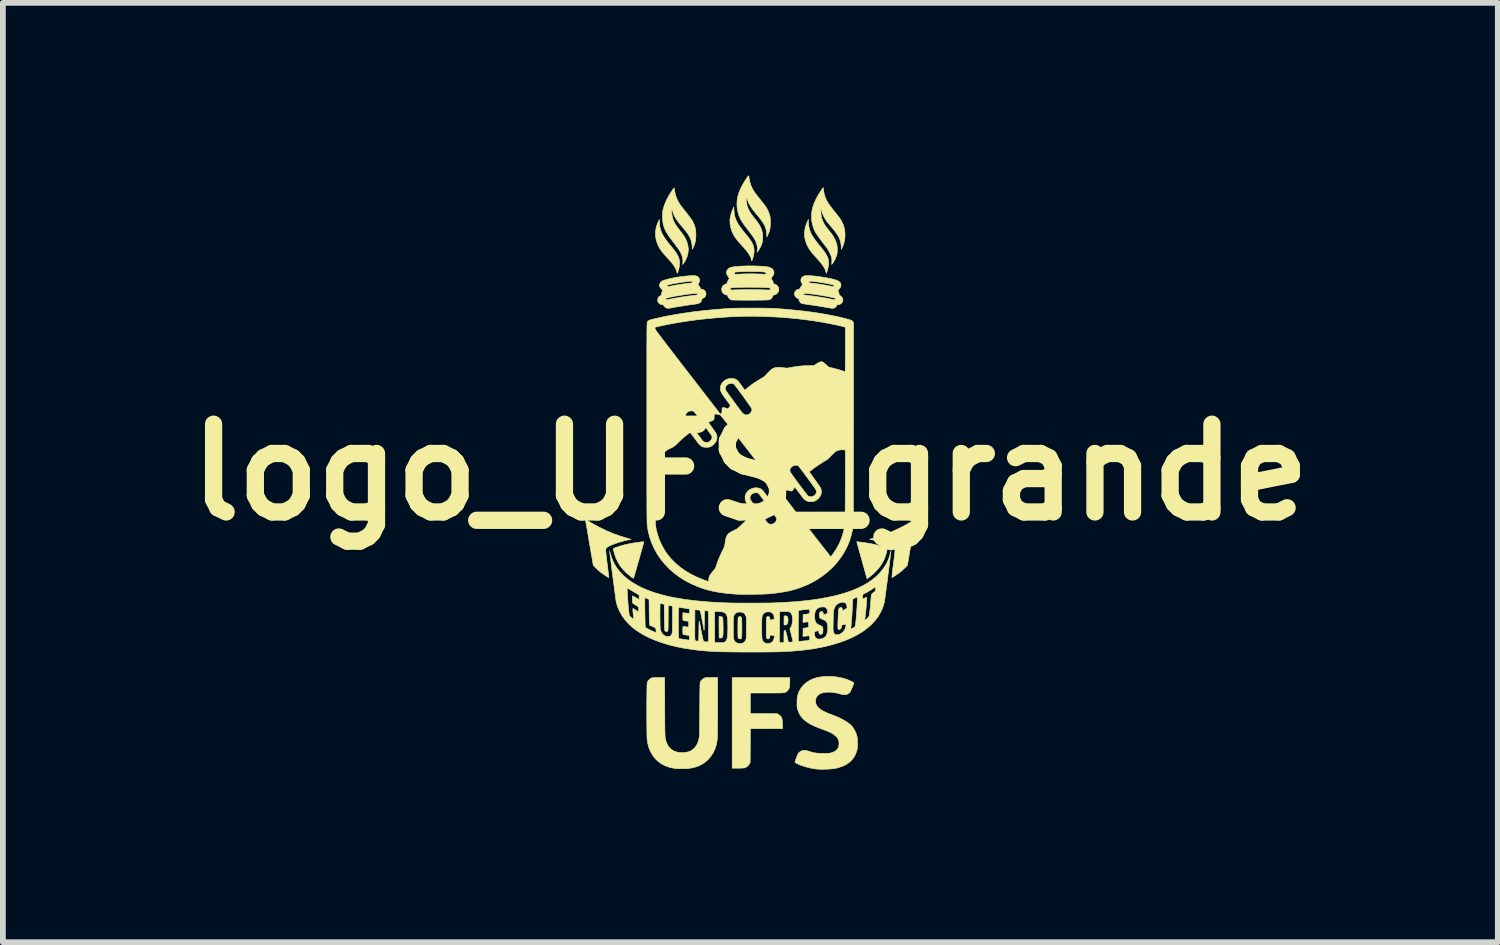
<source format=kicad_pcb>
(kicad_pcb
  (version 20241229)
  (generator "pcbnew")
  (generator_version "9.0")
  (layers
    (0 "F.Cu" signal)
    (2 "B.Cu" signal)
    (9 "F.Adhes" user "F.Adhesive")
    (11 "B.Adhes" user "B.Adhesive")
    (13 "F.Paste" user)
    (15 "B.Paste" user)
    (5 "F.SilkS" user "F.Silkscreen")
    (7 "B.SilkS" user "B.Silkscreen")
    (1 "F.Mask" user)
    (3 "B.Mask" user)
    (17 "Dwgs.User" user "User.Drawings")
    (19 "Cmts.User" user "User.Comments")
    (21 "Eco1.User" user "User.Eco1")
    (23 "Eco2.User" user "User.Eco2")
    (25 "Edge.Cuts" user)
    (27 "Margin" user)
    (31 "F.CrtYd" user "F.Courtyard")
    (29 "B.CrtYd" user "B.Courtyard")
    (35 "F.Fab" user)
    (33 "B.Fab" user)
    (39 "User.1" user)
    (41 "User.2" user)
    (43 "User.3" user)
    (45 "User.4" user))
  (footprint "logo_UFS_grande"
    (layer "F.Cu")
    (at 9.986 5.155)
    (property "Reference" "logo_UFS_grande" (at 0 0 0) (layer "F.SilkS") (effects (font (size 1.524 1.524) (thickness 0.3))))
    (attr through_hole)
    (fp_poly (pts (xy -2.443 1.364) (xy -2.446 1.367) (xy -2.449 1.364) (xy -2.446 1.361) (xy -2.443 1.364)) (stroke (width 0.01) (type solid)) (fill yes) (layer "F.SilkS"))
    (fp_poly (pts (xy 2.449 1.359) (xy 2.446 1.361) (xy 2.443 1.359) (xy 2.446 1.356) (xy 2.449 1.359)) (stroke (width 0.01) (type solid)) (fill yes) (layer "F.SilkS"))
    (fp_poly (pts (xy 0.623 2.496) (xy 0.638 2.503) (xy 0.649 2.518) (xy 0.654 2.542) (xy 0.655 2.567) (xy 0.653 2.599) (xy 0.648 2.623) (xy 0.639 2.64) (xy 0.636 2.643) (xy 0.625 2.649) (xy 0.611 2.653) (xy 0.598 2.654) (xy 0.588 2.652) (xy 0.586 2.65) (xy 0.586 2.643) (xy 0.585 2.628) (xy 0.585 2.606) (xy 0.585 2.581) (xy 0.585 2.57) (xy 0.587 2.497) (xy 0.601 2.495) (xy 0.623 2.496)) (stroke (width 0.01) (type solid)) (fill yes) (layer "F.SilkS"))
    (fp_poly (pts (xy -0.52 2.505) (xy -0.503 2.508) (xy -0.492 2.514) (xy -0.486 2.521) (xy -0.483 2.526) (xy -0.48 2.531) (xy -0.478 2.539) (xy -0.477 2.549) (xy -0.476 2.564) (xy -0.475 2.585) (xy -0.474 2.612) (xy -0.474 2.648) (xy -0.473 2.679) (xy -0.473 2.728) (xy -0.473 2.767) (xy -0.474 2.798) (xy -0.475 2.822) (xy -0.477 2.84) (xy -0.48 2.854) (xy -0.484 2.864) (xy -0.489 2.871) (xy -0.491 2.873) (xy -0.5 2.877) (xy -0.514 2.88) (xy -0.529 2.88) (xy -0.539 2.878) (xy -0.54 2.877) (xy -0.541 2.871) (xy -0.542 2.857) (xy -0.542 2.834) (xy -0.543 2.805) (xy -0.543 2.77) (xy -0.543 2.731) (xy -0.544 2.689) (xy -0.544 2.504) (xy -0.52 2.505)) (stroke (width 0.01) (type solid)) (fill yes) (layer "F.SilkS"))
    (fp_poly (pts (xy -0.169 2.509) (xy -0.156 2.52) (xy -0.152 2.528) (xy -0.151 2.536) (xy -0.15 2.553) (xy -0.149 2.578) (xy -0.148 2.609) (xy -0.148 2.645) (xy -0.147 2.684) (xy -0.147 2.703) (xy -0.147 2.752) (xy -0.148 2.793) (xy -0.148 2.824) (xy -0.15 2.849) (xy -0.152 2.867) (xy -0.154 2.88) (xy -0.158 2.888) (xy -0.163 2.893) (xy -0.17 2.895) (xy -0.178 2.896) (xy -0.18 2.896) (xy -0.198 2.891) (xy -0.206 2.885) (xy -0.209 2.882) (xy -0.211 2.877) (xy -0.213 2.87) (xy -0.214 2.86) (xy -0.215 2.846) (xy -0.215 2.826) (xy -0.216 2.8) (xy -0.216 2.766) (xy -0.216 2.724) (xy -0.216 2.703) (xy -0.216 2.654) (xy -0.215 2.613) (xy -0.215 2.581) (xy -0.214 2.557) (xy -0.213 2.539) (xy -0.211 2.528) (xy -0.21 2.521) (xy -0.209 2.521) (xy -0.198 2.51) (xy -0.183 2.506) (xy -0.169 2.509)) (stroke (width 0.01) (type solid)) (fill yes) (layer "F.SilkS"))
    (fp_poly (pts (xy -1.579 -4.331) (xy -1.575 -4.286) (xy -1.568 -4.244) (xy -1.556 -4.203) (xy -1.54 -4.161) (xy -1.518 -4.119) (xy -1.491 -4.074) (xy -1.457 -4.027) (xy -1.416 -3.974) (xy -1.38 -3.93) (xy -1.34 -3.882) (xy -1.308 -3.839) (xy -1.282 -3.801) (xy -1.262 -3.767) (xy -1.247 -3.734) (xy -1.237 -3.703) (xy -1.232 -3.671) (xy -1.229 -3.638) (xy -1.229 -3.632) (xy -1.232 -3.594) (xy -1.238 -3.553) (xy -1.249 -3.512) (xy -1.256 -3.49) (xy -1.263 -3.471) (xy -1.269 -3.461) (xy -1.272 -3.459) (xy -1.275 -3.467) (xy -1.276 -3.477) (xy -1.284 -3.507) (xy -1.299 -3.542) (xy -1.322 -3.581) (xy -1.354 -3.625) (xy -1.395 -3.674) (xy -1.44 -3.724) (xy -1.483 -3.77) (xy -1.518 -3.812) (xy -1.548 -3.851) (xy -1.572 -3.887) (xy -1.592 -3.922) (xy -1.609 -3.958) (xy -1.62 -3.987) (xy -1.639 -4.053) (xy -1.648 -4.12) (xy -1.647 -4.187) (xy -1.636 -4.254) (xy -1.614 -4.321) (xy -1.597 -4.361) (xy -1.582 -4.392) (xy -1.579 -4.331)) (stroke (width 0.01) (type solid)) (fill yes) (layer "F.SilkS"))
    (fp_poly (pts (xy -1.852 1.209) (xy -1.85 1.212) (xy -1.851 1.216) (xy -1.859 1.247) (xy -1.869 1.283) (xy -1.88 1.323) (xy -1.893 1.367) (xy -1.906 1.415) (xy -1.92 1.463) (xy -1.934 1.513) (xy -1.948 1.563) (xy -1.962 1.611) (xy -1.975 1.657) (xy -1.987 1.701) (xy -1.999 1.74) (xy -2.009 1.774) (xy -2.017 1.803) (xy -2.024 1.824) (xy -2.028 1.838) (xy -2.03 1.843) (xy -2.036 1.84) (xy -2.048 1.833) (xy -2.063 1.822) (xy -2.073 1.815) (xy -2.144 1.757) (xy -2.205 1.696) (xy -2.257 1.632) (xy -2.3 1.563) (xy -2.335 1.491) (xy -2.361 1.414) (xy -2.372 1.37) (xy -2.382 1.325) (xy -2.359 1.316) (xy -2.336 1.307) (xy -2.306 1.296) (xy -2.271 1.285) (xy -2.234 1.274) (xy -2.198 1.264) (xy -2.164 1.255) (xy -2.152 1.252) (xy -2.116 1.245) (xy -2.074 1.237) (xy -2.028 1.229) (xy -1.981 1.222) (xy -1.937 1.216) (xy -1.899 1.211) (xy -1.891 1.21) (xy -1.87 1.208) (xy -1.858 1.208) (xy -1.852 1.209)) (stroke (width 0.01) (type solid)) (fill yes) (layer "F.SilkS"))
    (fp_poly (pts (xy -0.284 -4.547) (xy -0.28 -4.503) (xy -0.274 -4.462) (xy -0.263 -4.422) (xy -0.248 -4.383) (xy -0.229 -4.343) (xy -0.204 -4.301) (xy -0.172 -4.256) (xy -0.135 -4.206) (xy -0.094 -4.155) (xy -0.058 -4.111) (xy -0.028 -4.074) (xy -0.004 -4.041) (xy 0.015 -4.012) (xy 0.031 -3.986) (xy 0.042 -3.961) (xy 0.052 -3.937) (xy 0.058 -3.914) (xy 0.065 -3.87) (xy 0.065 -3.821) (xy 0.057 -3.768) (xy 0.042 -3.714) (xy 0.041 -3.712) (xy 0.033 -3.69) (xy 0.028 -3.677) (xy 0.024 -3.673) (xy 0.021 -3.677) (xy 0.019 -3.688) (xy 0.019 -3.691) (xy 0.013 -3.718) (xy 0.000118 -3.748) (xy -0.02 -3.783) (xy -0.047 -3.822) (xy -0.081 -3.866) (xy -0.124 -3.915) (xy -0.16 -3.955) (xy -0.201 -4) (xy -0.234 -4.041) (xy -0.262 -4.078) (xy -0.285 -4.114) (xy -0.304 -4.15) (xy -0.32 -4.187) (xy -0.325 -4.2) (xy -0.344 -4.263) (xy -0.353 -4.325) (xy -0.354 -4.387) (xy -0.345 -4.45) (xy -0.327 -4.515) (xy -0.303 -4.574) (xy -0.287 -4.61) (xy -0.284 -4.547)) (stroke (width 0.01) (type solid)) (fill yes) (layer "F.SilkS"))
    (fp_poly (pts (xy 0.686 3.641) (xy 0.685 3.681) (xy 0.683 3.712) (xy 0.68 3.736) (xy 0.674 3.755) (xy 0.665 3.772) (xy 0.653 3.787) (xy 0.645 3.795) (xy 0.637 3.803) (xy 0.63 3.81) (xy 0.622 3.816) (xy 0.613 3.821) (xy 0.602 3.825) (xy 0.589 3.828) (xy 0.572 3.831) (xy 0.55 3.832) (xy 0.524 3.834) (xy 0.491 3.835) (xy 0.452 3.835) (xy 0.405 3.835) (xy 0.349 3.835) (xy 0.284 3.835) (xy 0 3.835) (xy 0 4.191) (xy 0.465 4.194) (xy 0.489 4.208) (xy 0.511 4.223) (xy 0.529 4.24) (xy 0.542 4.261) (xy 0.551 4.287) (xy 0.556 4.319) (xy 0.559 4.358) (xy 0.559 4.382) (xy 0.559 4.455) (xy 0.000389 4.455) (xy -0.001 4.749) (xy -0.003 5.042) (xy -0.018 5.069) (xy -0.037 5.096) (xy -0.063 5.118) (xy -0.091 5.133) (xy -0.1 5.136) (xy -0.112 5.137) (xy -0.132 5.139) (xy -0.158 5.14) (xy -0.188 5.141) (xy -0.218 5.141) (xy -0.315 5.141) (xy -0.315 3.566) (xy 0.686 3.566) (xy 0.686 3.641)) (stroke (width 0.01) (type solid)) (fill yes) (layer "F.SilkS"))
    (fp_poly (pts (xy 1.011 -4.325) (xy 1.018 -4.262) (xy 1.033 -4.203) (xy 1.055 -4.148) (xy 1.059 -4.141) (xy 1.074 -4.113) (xy 1.096 -4.08) (xy 1.122 -4.042) (xy 1.153 -4.002) (xy 1.185 -3.96) (xy 1.206 -3.934) (xy 1.247 -3.885) (xy 1.28 -3.842) (xy 1.307 -3.803) (xy 1.327 -3.767) (xy 1.343 -3.734) (xy 1.353 -3.703) (xy 1.359 -3.671) (xy 1.361 -3.639) (xy 1.36 -3.61) (xy 1.357 -3.585) (xy 1.351 -3.556) (xy 1.344 -3.526) (xy 1.336 -3.498) (xy 1.328 -3.475) (xy 1.324 -3.466) (xy 1.32 -3.459) (xy 1.317 -3.458) (xy 1.316 -3.466) (xy 1.314 -3.478) (xy 1.306 -3.508) (xy 1.291 -3.542) (xy 1.268 -3.58) (xy 1.237 -3.623) (xy 1.198 -3.67) (xy 1.151 -3.723) (xy 1.144 -3.731) (xy 1.096 -3.784) (xy 1.056 -3.833) (xy 1.023 -3.88) (xy 0.996 -3.926) (xy 0.975 -3.972) (xy 0.959 -4.019) (xy 0.948 -4.065) (xy 0.941 -4.124) (xy 0.943 -4.185) (xy 0.953 -4.249) (xy 0.973 -4.312) (xy 0.992 -4.358) (xy 1.008 -4.392) (xy 1.011 -4.325)) (stroke (width 0.01) (type solid)) (fill yes) (layer "F.SilkS"))
    (fp_poly (pts (xy 1.908 1.213) (xy 1.962 1.219) (xy 2.018 1.228) (xy 2.073 1.237) (xy 2.126 1.247) (xy 2.172 1.258) (xy 2.182 1.26) (xy 2.209 1.267) (xy 2.239 1.276) (xy 2.269 1.285) (xy 2.299 1.295) (xy 2.327 1.304) (xy 2.349 1.312) (xy 2.366 1.319) (xy 2.375 1.323) (xy 2.375 1.323) (xy 2.377 1.33) (xy 2.375 1.345) (xy 2.372 1.367) (xy 2.366 1.392) (xy 2.358 1.421) (xy 2.349 1.45) (xy 2.339 1.479) (xy 2.329 1.505) (xy 2.327 1.511) (xy 2.292 1.578) (xy 2.248 1.643) (xy 2.196 1.706) (xy 2.136 1.765) (xy 2.07 1.82) (xy 2.044 1.838) (xy 2.028 1.849) (xy 2.02 1.823) (xy 2.017 1.812) (xy 2.011 1.792) (xy 2.004 1.766) (xy 1.995 1.733) (xy 1.984 1.696) (xy 1.973 1.654) (xy 1.96 1.609) (xy 1.947 1.562) (xy 1.934 1.515) (xy 1.921 1.467) (xy 1.908 1.421) (xy 1.895 1.377) (xy 1.884 1.336) (xy 1.874 1.299) (xy 1.865 1.268) (xy 1.859 1.244) (xy 1.854 1.227) (xy 1.852 1.219) (xy 1.852 1.218) (xy 1.848 1.206) (xy 1.908 1.213)) (stroke (width 0.01) (type solid)) (fill yes) (layer "F.SilkS"))
    (fp_poly (pts (xy 2.863 0.825) (xy 2.861 0.839) (xy 2.858 0.86) (xy 2.853 0.886) (xy 2.848 0.917) (xy 2.844 0.938) (xy 2.84 0.965) (xy 2.833 1.002) (xy 2.826 1.046) (xy 2.817 1.095) (xy 2.808 1.148) (xy 2.799 1.204) (xy 2.789 1.262) (xy 2.779 1.319) (xy 2.776 1.336) (xy 2.729 1.617) (xy 2.689 1.657) (xy 2.668 1.677) (xy 2.646 1.698) (xy 2.625 1.717) (xy 2.616 1.725) (xy 2.6 1.737) (xy 2.58 1.752) (xy 2.557 1.768) (xy 2.533 1.785) (xy 2.511 1.8) (xy 2.491 1.813) (xy 2.475 1.823) (xy 2.464 1.828) (xy 2.462 1.829) (xy 2.461 1.825) (xy 2.461 1.813) (xy 2.463 1.792) (xy 2.465 1.763) (xy 2.47 1.725) (xy 2.475 1.678) (xy 2.482 1.621) (xy 2.485 1.599) (xy 2.491 1.551) (xy 2.497 1.506) (xy 2.502 1.465) (xy 2.506 1.428) (xy 2.51 1.398) (xy 2.512 1.374) (xy 2.514 1.359) (xy 2.514 1.353) (xy 2.512 1.335) (xy 2.502 1.319) (xy 2.485 1.303) (xy 2.459 1.287) (xy 2.444 1.279) (xy 2.412 1.265) (xy 2.371 1.249) (xy 2.326 1.233) (xy 2.277 1.217) (xy 2.228 1.202) (xy 2.18 1.189) (xy 2.137 1.178) (xy 2.099 1.171) (xy 2.096 1.171) (xy 2.082 1.168) (xy 2.075 1.166) (xy 2.074 1.165) (xy 2.08 1.163) (xy 2.093 1.159) (xy 2.113 1.153) (xy 2.137 1.146) (xy 2.147 1.143) (xy 2.229 1.118) (xy 2.315 1.09) (xy 2.398 1.059) (xy 2.418 1.051) (xy 2.457 1.034) (xy 2.503 1.013) (xy 2.553 0.989) (xy 2.605 0.964) (xy 2.657 0.937) (xy 2.706 0.911) (xy 2.751 0.886) (xy 2.784 0.867) (xy 2.809 0.852) (xy 2.831 0.839) (xy 2.848 0.829) (xy 2.86 0.822) (xy 2.864 0.82) (xy 2.863 0.825)) (stroke (width 0.01) (type solid)) (fill yes) (layer "F.SilkS"))
    (fp_poly (pts (xy -2.852 0.826) (xy -2.823 0.844) (xy -2.786 0.866) (xy -2.744 0.89) (xy -2.7 0.915) (xy -2.655 0.939) (xy -2.612 0.962) (xy -2.606 0.964) (xy -2.496 1.017) (xy -2.387 1.063) (xy -2.277 1.103) (xy -2.161 1.139) (xy -2.154 1.141) (xy -2.128 1.149) (xy -2.105 1.156) (xy -2.087 1.161) (xy -2.076 1.165) (xy -2.074 1.165) (xy -2.077 1.167) (xy -2.088 1.169) (xy -2.096 1.171) (xy -2.136 1.178) (xy -2.183 1.189) (xy -2.233 1.203) (xy -2.285 1.218) (xy -2.336 1.235) (xy -2.384 1.253) (xy -2.426 1.27) (xy -2.454 1.283) (xy -2.48 1.298) (xy -2.498 1.312) (xy -2.508 1.328) (xy -2.513 1.344) (xy -2.513 1.353) (xy -2.511 1.371) (xy -2.509 1.397) (xy -2.506 1.43) (xy -2.501 1.468) (xy -2.497 1.51) (xy -2.491 1.556) (xy -2.487 1.588) (xy -2.48 1.644) (xy -2.474 1.69) (xy -2.47 1.728) (xy -2.466 1.758) (xy -2.463 1.781) (xy -2.461 1.799) (xy -2.46 1.812) (xy -2.46 1.82) (xy -2.46 1.825) (xy -2.46 1.828) (xy -2.461 1.829) (xy -2.463 1.829) (xy -2.468 1.826) (xy -2.481 1.819) (xy -2.498 1.808) (xy -2.518 1.795) (xy -2.52 1.794) (xy -2.545 1.777) (xy -2.572 1.758) (xy -2.597 1.74) (xy -2.611 1.729) (xy -2.634 1.71) (xy -2.657 1.689) (xy -2.679 1.668) (xy -2.699 1.648) (xy -2.715 1.631) (xy -2.726 1.617) (xy -2.73 1.609) (xy -2.731 1.602) (xy -2.734 1.586) (xy -2.738 1.562) (xy -2.744 1.53) (xy -2.75 1.491) (xy -2.758 1.446) (xy -2.767 1.397) (xy -2.776 1.342) (xy -2.786 1.285) (xy -2.796 1.224) (xy -2.807 1.163) (xy -2.816 1.105) (xy -2.826 1.051) (xy -2.834 1) (xy -2.842 0.955) (xy -2.849 0.915) (xy -2.855 0.883) (xy -2.859 0.858) (xy -2.862 0.841) (xy -2.863 0.833) (xy -2.867 0.816) (xy -2.852 0.826)) (stroke (width 0.01) (type solid)) (fill yes) (layer "F.SilkS"))
    (fp_poly (pts (xy -1.323 -4.937) (xy -1.32 -4.926) (xy -1.319 -4.914) (xy -1.306 -4.84) (xy -1.284 -4.769) (xy -1.253 -4.702) (xy -1.226 -4.658) (xy -1.215 -4.643) (xy -1.199 -4.622) (xy -1.18 -4.597) (xy -1.158 -4.568) (xy -1.134 -4.538) (xy -1.12 -4.521) (xy -1.085 -4.477) (xy -1.056 -4.438) (xy -1.032 -4.405) (xy -1.012 -4.376) (xy -0.997 -4.349) (xy -0.984 -4.324) (xy -0.976 -4.303) (xy -0.962 -4.263) (xy -0.953 -4.224) (xy -0.947 -4.184) (xy -0.946 -4.14) (xy -0.946 -4.105) (xy -0.949 -4.056) (xy -0.955 -4.014) (xy -0.964 -3.976) (xy -0.977 -3.939) (xy -0.989 -3.912) (xy -1.008 -3.873) (xy -1.011 -3.929) (xy -1.015 -3.968) (xy -1.022 -4.003) (xy -1.031 -4.037) (xy -1.045 -4.07) (xy -1.063 -4.105) (xy -1.086 -4.142) (xy -1.115 -4.181) (xy -1.151 -4.226) (xy -1.188 -4.27) (xy -1.231 -4.321) (xy -1.267 -4.368) (xy -1.296 -4.412) (xy -1.318 -4.452) (xy -1.336 -4.491) (xy -1.348 -4.53) (xy -1.351 -4.54) (xy -1.356 -4.559) (xy -1.359 -4.569) (xy -1.361 -4.572) (xy -1.363 -4.568) (xy -1.364 -4.565) (xy -1.366 -4.55) (xy -1.366 -4.527) (xy -1.364 -4.5) (xy -1.36 -4.471) (xy -1.356 -4.442) (xy -1.351 -4.421) (xy -1.342 -4.391) (xy -1.331 -4.362) (xy -1.316 -4.332) (xy -1.297 -4.301) (xy -1.274 -4.266) (xy -1.245 -4.227) (xy -1.21 -4.182) (xy -1.199 -4.169) (xy -1.156 -4.11) (xy -1.122 -4.051) (xy -1.098 -3.99) (xy -1.083 -3.93) (xy -1.077 -3.871) (xy -1.082 -3.812) (xy -1.087 -3.787) (xy -1.096 -3.755) (xy -1.109 -3.721) (xy -1.125 -3.687) (xy -1.141 -3.657) (xy -1.157 -3.634) (xy -1.161 -3.63) (xy -1.179 -3.609) (xy -1.175 -3.625) (xy -1.171 -3.653) (xy -1.172 -3.687) (xy -1.177 -3.723) (xy -1.187 -3.758) (xy -1.187 -3.76) (xy -1.196 -3.784) (xy -1.206 -3.806) (xy -1.217 -3.829) (xy -1.231 -3.853) (xy -1.249 -3.879) (xy -1.271 -3.91) (xy -1.298 -3.946) (xy -1.315 -3.969) (xy -1.354 -4.02) (xy -1.387 -4.064) (xy -1.415 -4.103) (xy -1.438 -4.138) (xy -1.457 -4.168) (xy -1.472 -4.197) (xy -1.485 -4.223) (xy -1.495 -4.25) (xy -1.504 -4.277) (xy -1.512 -4.305) (xy -1.515 -4.32) (xy -1.52 -4.352) (xy -1.524 -4.391) (xy -1.526 -4.433) (xy -1.526 -4.476) (xy -1.524 -4.515) (xy -1.52 -4.549) (xy -1.517 -4.561) (xy -1.494 -4.64) (xy -1.461 -4.72) (xy -1.418 -4.802) (xy -1.377 -4.869) (xy -1.361 -4.892) (xy -1.347 -4.912) (xy -1.336 -4.928) (xy -1.328 -4.938) (xy -1.326 -4.94) (xy -1.323 -4.937)) (stroke (width 0.01) (type solid)) (fill yes) (layer "F.SilkS"))
    (fp_poly (pts (xy -0.028 -5.149) (xy -0.025 -5.143) (xy -0.024 -5.131) (xy -0.023 -5.122) (xy -0.011 -5.052) (xy 0.01 -4.985) (xy 0.025 -4.95) (xy 0.037 -4.928) (xy 0.049 -4.906) (xy 0.062 -4.884) (xy 0.078 -4.861) (xy 0.097 -4.835) (xy 0.12 -4.804) (xy 0.148 -4.769) (xy 0.177 -4.732) (xy 0.213 -4.687) (xy 0.243 -4.648) (xy 0.267 -4.614) (xy 0.287 -4.583) (xy 0.303 -4.553) (xy 0.316 -4.524) (xy 0.327 -4.494) (xy 0.337 -4.462) (xy 0.339 -4.455) (xy 0.343 -4.439) (xy 0.345 -4.421) (xy 0.347 -4.399) (xy 0.348 -4.372) (xy 0.348 -4.336) (xy 0.347 -4.291) (xy 0.344 -4.254) (xy 0.339 -4.222) (xy 0.332 -4.192) (xy 0.321 -4.161) (xy 0.306 -4.128) (xy 0.287 -4.087) (xy 0.284 -4.143) (xy 0.28 -4.181) (xy 0.273 -4.217) (xy 0.263 -4.251) (xy 0.249 -4.285) (xy 0.231 -4.32) (xy 0.207 -4.358) (xy 0.177 -4.398) (xy 0.141 -4.443) (xy 0.098 -4.494) (xy 0.097 -4.496) (xy 0.047 -4.556) (xy 0.007 -4.614) (xy -0.025 -4.67) (xy -0.046 -4.722) (xy -0.056 -4.756) (xy -0.06 -4.772) (xy -0.064 -4.782) (xy -0.067 -4.785) (xy -0.069 -4.781) (xy -0.07 -4.769) (xy -0.071 -4.751) (xy -0.071 -4.751) (xy -0.067 -4.692) (xy -0.056 -4.635) (xy -0.037 -4.581) (xy -0.01 -4.526) (xy 0.027 -4.471) (xy 0.061 -4.428) (xy 0.095 -4.385) (xy 0.123 -4.348) (xy 0.146 -4.315) (xy 0.165 -4.283) (xy 0.18 -4.252) (xy 0.193 -4.219) (xy 0.202 -4.192) (xy 0.207 -4.171) (xy 0.211 -4.153) (xy 0.214 -4.133) (xy 0.215 -4.11) (xy 0.215 -4.082) (xy 0.215 -4.054) (xy 0.214 -4.033) (xy 0.213 -4.016) (xy 0.209 -4) (xy 0.204 -3.982) (xy 0.199 -3.967) (xy 0.184 -3.929) (xy 0.165 -3.891) (xy 0.145 -3.859) (xy 0.13 -3.838) (xy 0.117 -3.823) (xy 0.12 -3.843) (xy 0.124 -3.878) (xy 0.121 -3.918) (xy 0.113 -3.957) (xy 0.109 -3.97) (xy 0.102 -3.992) (xy 0.094 -4.011) (xy 0.086 -4.03) (xy 0.075 -4.049) (xy 0.063 -4.07) (xy 0.047 -4.093) (xy 0.027 -4.121) (xy 0.003 -4.153) (xy -0.027 -4.192) (xy -0.043 -4.214) (xy -0.074 -4.255) (xy -0.1 -4.289) (xy -0.121 -4.319) (xy -0.138 -4.344) (xy -0.153 -4.368) (xy -0.166 -4.39) (xy -0.178 -4.413) (xy -0.178 -4.414) (xy -0.202 -4.472) (xy -0.219 -4.536) (xy -0.23 -4.603) (xy -0.233 -4.671) (xy -0.228 -4.737) (xy -0.219 -4.788) (xy -0.197 -4.86) (xy -0.166 -4.934) (xy -0.126 -5.011) (xy -0.081 -5.084) (xy -0.062 -5.112) (xy -0.048 -5.132) (xy -0.039 -5.145) (xy -0.032 -5.15) (xy -0.028 -5.149)) (stroke (width 0.01) (type solid)) (fill yes) (layer "F.SilkS"))
    (fp_poly (pts (xy 1.274 -4.894) (xy 1.283 -4.838) (xy 1.298 -4.787) (xy 1.319 -4.738) (xy 1.321 -4.733) (xy 1.333 -4.711) (xy 1.345 -4.689) (xy 1.359 -4.667) (xy 1.375 -4.644) (xy 1.394 -4.617) (xy 1.418 -4.586) (xy 1.447 -4.549) (xy 1.465 -4.528) (xy 1.494 -4.49) (xy 1.518 -4.46) (xy 1.538 -4.434) (xy 1.554 -4.413) (xy 1.566 -4.394) (xy 1.577 -4.376) (xy 1.587 -4.358) (xy 1.597 -4.34) (xy 1.622 -4.28) (xy 1.638 -4.216) (xy 1.645 -4.15) (xy 1.644 -4.082) (xy 1.635 -4.016) (xy 1.617 -3.952) (xy 1.598 -3.907) (xy 1.582 -3.874) (xy 1.579 -3.925) (xy 1.575 -3.964) (xy 1.569 -3.999) (xy 1.559 -4.034) (xy 1.546 -4.068) (xy 1.528 -4.102) (xy 1.505 -4.139) (xy 1.476 -4.179) (xy 1.441 -4.223) (xy 1.399 -4.273) (xy 1.397 -4.275) (xy 1.377 -4.299) (xy 1.356 -4.324) (xy 1.338 -4.347) (xy 1.323 -4.366) (xy 1.32 -4.371) (xy 1.296 -4.409) (xy 1.274 -4.45) (xy 1.255 -4.492) (xy 1.241 -4.531) (xy 1.24 -4.539) (xy 1.234 -4.558) (xy 1.23 -4.573) (xy 1.227 -4.581) (xy 1.226 -4.582) (xy 1.225 -4.579) (xy 1.224 -4.568) (xy 1.224 -4.551) (xy 1.225 -4.529) (xy 1.227 -4.506) (xy 1.229 -4.481) (xy 1.232 -4.458) (xy 1.234 -4.439) (xy 1.237 -4.425) (xy 1.237 -4.425) (xy 1.255 -4.372) (xy 1.282 -4.317) (xy 1.317 -4.263) (xy 1.354 -4.215) (xy 1.396 -4.164) (xy 1.43 -4.117) (xy 1.457 -4.072) (xy 1.478 -4.029) (xy 1.494 -3.985) (xy 1.499 -3.967) (xy 1.505 -3.944) (xy 1.509 -3.921) (xy 1.51 -3.896) (xy 1.511 -3.865) (xy 1.511 -3.863) (xy 1.51 -3.836) (xy 1.509 -3.814) (xy 1.507 -3.797) (xy 1.502 -3.778) (xy 1.495 -3.756) (xy 1.494 -3.754) (xy 1.481 -3.72) (xy 1.464 -3.685) (xy 1.447 -3.654) (xy 1.43 -3.629) (xy 1.426 -3.624) (xy 1.414 -3.61) (xy 1.416 -3.655) (xy 1.417 -3.681) (xy 1.415 -3.707) (xy 1.413 -3.727) (xy 1.413 -3.728) (xy 1.406 -3.751) (xy 1.394 -3.779) (xy 1.38 -3.811) (xy 1.363 -3.843) (xy 1.346 -3.873) (xy 1.329 -3.899) (xy 1.325 -3.904) (xy 1.284 -3.957) (xy 1.249 -4.004) (xy 1.219 -4.044) (xy 1.194 -4.078) (xy 1.173 -4.108) (xy 1.155 -4.133) (xy 1.141 -4.155) (xy 1.129 -4.175) (xy 1.119 -4.193) (xy 1.111 -4.211) (xy 1.103 -4.228) (xy 1.103 -4.23) (xy 1.082 -4.294) (xy 1.068 -4.363) (xy 1.062 -4.434) (xy 1.065 -4.503) (xy 1.07 -4.54) (xy 1.084 -4.603) (xy 1.107 -4.669) (xy 1.137 -4.737) (xy 1.173 -4.806) (xy 1.215 -4.873) (xy 1.241 -4.91) (xy 1.267 -4.945) (xy 1.274 -4.894)) (stroke (width 0.01) (type solid)) (fill yes) (layer "F.SilkS"))
    (fp_poly (pts (xy -0.569 4.083) (xy -0.569 4.185) (xy -0.569 4.276) (xy -0.57 4.358) (xy -0.57 4.43) (xy -0.57 4.492) (xy -0.571 4.543) (xy -0.572 4.585) (xy -0.573 4.616) (xy -0.574 4.637) (xy -0.575 4.646) (xy -0.589 4.725) (xy -0.611 4.799) (xy -0.642 4.867) (xy -0.681 4.929) (xy -0.728 4.985) (xy -0.734 4.991) (xy -0.784 5.036) (xy -0.839 5.073) (xy -0.9 5.103) (xy -0.966 5.125) (xy -1.04 5.141) (xy -1.053 5.143) (xy -1.087 5.147) (xy -1.127 5.149) (xy -1.171 5.15) (xy -1.217 5.15) (xy -1.26 5.149) (xy -1.299 5.146) (xy -1.323 5.143) (xy -1.401 5.127) (xy -1.471 5.103) (xy -1.536 5.071) (xy -1.594 5.031) (xy -1.645 4.984) (xy -1.69 4.928) (xy -1.699 4.915) (xy -1.734 4.854) (xy -1.762 4.786) (xy -1.782 4.711) (xy -1.791 4.663) (xy -1.792 4.649) (xy -1.794 4.627) (xy -1.795 4.596) (xy -1.796 4.558) (xy -1.797 4.514) (xy -1.797 4.465) (xy -1.798 4.411) (xy -1.798 4.354) (xy -1.799 4.293) (xy -1.799 4.231) (xy -1.799 4.169) (xy -1.799 4.105) (xy -1.799 4.043) (xy -1.799 3.982) (xy -1.798 3.924) (xy -1.798 3.869) (xy -1.797 3.818) (xy -1.796 3.772) (xy -1.796 3.733) (xy -1.795 3.7) (xy -1.793 3.674) (xy -1.792 3.657) (xy -1.791 3.65) (xy -1.773 3.618) (xy -1.747 3.594) (xy -1.731 3.583) (xy -1.704 3.569) (xy -1.489 3.565) (xy -1.487 4.078) (xy -1.487 4.163) (xy -1.486 4.239) (xy -1.486 4.307) (xy -1.486 4.366) (xy -1.485 4.417) (xy -1.485 4.462) (xy -1.484 4.5) (xy -1.483 4.533) (xy -1.482 4.56) (xy -1.481 4.584) (xy -1.479 4.603) (xy -1.477 4.62) (xy -1.475 4.634) (xy -1.473 4.646) (xy -1.47 4.657) (xy -1.466 4.668) (xy -1.462 4.679) (xy -1.458 4.691) (xy -1.456 4.696) (xy -1.433 4.745) (xy -1.403 4.786) (xy -1.367 4.819) (xy -1.324 4.844) (xy -1.276 4.861) (xy -1.222 4.87) (xy -1.187 4.872) (xy -1.127 4.868) (xy -1.075 4.856) (xy -1.028 4.836) (xy -0.988 4.808) (xy -0.954 4.772) (xy -0.927 4.729) (xy -0.905 4.677) (xy -0.893 4.633) (xy -0.891 4.624) (xy -0.89 4.616) (xy -0.888 4.607) (xy -0.887 4.596) (xy -0.886 4.584) (xy -0.885 4.569) (xy -0.884 4.55) (xy -0.883 4.527) (xy -0.883 4.5) (xy -0.882 4.467) (xy -0.882 4.429) (xy -0.881 4.383) (xy -0.881 4.33) (xy -0.88 4.269) (xy -0.88 4.199) (xy -0.879 4.12) (xy -0.879 4.039) (xy -0.878 3.967) (xy -0.878 3.904) (xy -0.877 3.85) (xy -0.877 3.803) (xy -0.876 3.764) (xy -0.875 3.732) (xy -0.875 3.705) (xy -0.874 3.684) (xy -0.873 3.668) (xy -0.872 3.656) (xy -0.871 3.648) (xy -0.87 3.644) (xy -0.869 3.642) (xy -0.85 3.614) (xy -0.827 3.593) (xy -0.812 3.583) (xy -0.785 3.569) (xy -0.569 3.565) (xy -0.569 4.083)) (stroke (width 0.01) (type solid)) (fill yes) (layer "F.SilkS"))
    (fp_poly (pts (xy 1.451 3.55) (xy 1.529 3.561) (xy 1.604 3.576) (xy 1.656 3.592) (xy 1.681 3.601) (xy 1.708 3.611) (xy 1.733 3.622) (xy 1.757 3.634) (xy 1.777 3.644) (xy 1.791 3.652) (xy 1.798 3.658) (xy 1.798 3.659) (xy 1.796 3.668) (xy 1.791 3.684) (xy 1.783 3.705) (xy 1.773 3.729) (xy 1.763 3.754) (xy 1.752 3.778) (xy 1.743 3.799) (xy 1.735 3.815) (xy 1.73 3.822) (xy 1.718 3.834) (xy 1.701 3.847) (xy 1.691 3.853) (xy 1.668 3.861) (xy 1.645 3.865) (xy 1.618 3.864) (xy 1.586 3.858) (xy 1.559 3.851) (xy 1.53 3.843) (xy 1.497 3.836) (xy 1.465 3.829) (xy 1.456 3.828) (xy 1.392 3.821) (xy 1.334 3.82) (xy 1.283 3.826) (xy 1.239 3.837) (xy 1.202 3.853) (xy 1.173 3.876) (xy 1.151 3.903) (xy 1.138 3.936) (xy 1.133 3.974) (xy 1.134 3.987) (xy 1.14 4.023) (xy 1.154 4.055) (xy 1.177 4.085) (xy 1.208 4.113) (xy 1.249 4.139) (xy 1.273 4.152) (xy 1.298 4.164) (xy 1.322 4.175) (xy 1.343 4.185) (xy 1.356 4.19) (xy 1.371 4.196) (xy 1.393 4.204) (xy 1.419 4.214) (xy 1.447 4.225) (xy 1.457 4.229) (xy 1.528 4.258) (xy 1.592 4.289) (xy 1.649 4.321) (xy 1.698 4.353) (xy 1.739 4.386) (xy 1.771 4.418) (xy 1.773 4.421) (xy 1.797 4.456) (xy 1.82 4.498) (xy 1.839 4.541) (xy 1.85 4.576) (xy 1.854 4.592) (xy 1.857 4.608) (xy 1.859 4.627) (xy 1.86 4.649) (xy 1.861 4.678) (xy 1.861 4.707) (xy 1.861 4.741) (xy 1.86 4.768) (xy 1.859 4.789) (xy 1.857 4.807) (xy 1.854 4.822) (xy 1.85 4.838) (xy 1.828 4.899) (xy 1.799 4.953) (xy 1.761 5.001) (xy 1.715 5.043) (xy 1.662 5.079) (xy 1.6 5.108) (xy 1.531 5.132) (xy 1.463 5.147) (xy 1.433 5.151) (xy 1.396 5.154) (xy 1.354 5.157) (xy 1.308 5.159) (xy 1.263 5.16) (xy 1.219 5.16) (xy 1.18 5.158) (xy 1.148 5.156) (xy 1.098 5.149) (xy 1.046 5.139) (xy 0.992 5.126) (xy 0.939 5.111) (xy 0.89 5.095) (xy 0.845 5.077) (xy 0.807 5.059) (xy 0.784 5.046) (xy 0.773 5.039) (xy 0.793 4.982) (xy 0.805 4.949) (xy 0.815 4.923) (xy 0.823 4.904) (xy 0.83 4.89) (xy 0.838 4.879) (xy 0.846 4.87) (xy 0.849 4.867) (xy 0.877 4.846) (xy 0.909 4.834) (xy 0.945 4.831) (xy 0.986 4.837) (xy 1.015 4.846) (xy 1.053 4.859) (xy 1.089 4.869) (xy 1.126 4.876) (xy 1.165 4.881) (xy 1.21 4.883) (xy 1.262 4.884) (xy 1.265 4.884) (xy 1.303 4.884) (xy 1.334 4.884) (xy 1.357 4.882) (xy 1.375 4.881) (xy 1.39 4.878) (xy 1.4 4.876) (xy 1.445 4.86) (xy 1.481 4.841) (xy 1.508 4.816) (xy 1.527 4.787) (xy 1.538 4.752) (xy 1.541 4.711) (xy 1.541 4.709) (xy 1.537 4.671) (xy 1.526 4.637) (xy 1.506 4.606) (xy 1.477 4.577) (xy 1.461 4.564) (xy 1.445 4.552) (xy 1.428 4.541) (xy 1.408 4.53) (xy 1.386 4.519) (xy 1.36 4.507) (xy 1.328 4.494) (xy 1.29 4.479) (xy 1.245 4.462) (xy 1.191 4.442) (xy 1.115 4.411) (xy 1.048 4.379) (xy 0.991 4.344) (xy 0.942 4.307) (xy 0.901 4.267) (xy 0.868 4.223) (xy 0.842 4.176) (xy 0.823 4.124) (xy 0.822 4.122) (xy 0.817 4.104) (xy 0.814 4.088) (xy 0.812 4.071) (xy 0.811 4.049) (xy 0.811 4.021) (xy 0.811 4) (xy 0.812 3.955) (xy 0.815 3.918) (xy 0.821 3.884) (xy 0.83 3.853) (xy 0.842 3.82) (xy 0.856 3.791) (xy 0.886 3.742) (xy 0.924 3.696) (xy 0.971 3.656) (xy 1.023 3.621) (xy 1.082 3.592) (xy 1.146 3.571) (xy 1.153 3.569) (xy 1.221 3.555) (xy 1.295 3.548) (xy 1.372 3.546) (xy 1.451 3.55)) (stroke (width 0.01) (type solid)) (fill yes) (layer "F.SilkS"))
    (fp_poly (pts (xy -0.963 -3.416) (xy -0.945 -3.413) (xy -0.93 -3.408) (xy -0.918 -3.402) (xy -0.896 -3.382) (xy -0.883 -3.359) (xy -0.88 -3.333) (xy -0.88 -3.331) (xy -0.884 -3.313) (xy -0.89 -3.297) (xy -0.893 -3.293) (xy -0.903 -3.277) (xy -0.906 -3.264) (xy -0.902 -3.251) (xy -0.891 -3.236) (xy -0.889 -3.233) (xy -0.877 -3.218) (xy -0.869 -3.204) (xy -0.866 -3.196) (xy -0.862 -3.187) (xy -0.853 -3.182) (xy -0.845 -3.181) (xy -0.819 -3.175) (xy -0.797 -3.161) (xy -0.781 -3.141) (xy -0.772 -3.118) (xy -0.77 -3.092) (xy -0.777 -3.066) (xy -0.785 -3.052) (xy -0.794 -3.042) (xy -0.809 -3.031) (xy -0.818 -3.027) (xy -0.833 -3.018) (xy -0.841 -3.01) (xy -0.845 -2.999) (xy -0.846 -2.997) (xy -0.852 -2.976) (xy -0.862 -2.958) (xy -0.876 -2.945) (xy -0.897 -2.935) (xy -0.925 -2.927) (xy -0.962 -2.921) (xy -0.975 -2.919) (xy -1.045 -2.91) (xy -1.122 -2.898) (xy -1.205 -2.885) (xy -1.292 -2.871) (xy -1.38 -2.855) (xy -1.42 -2.848) (xy -1.432 -2.848) (xy -1.447 -2.85) (xy -1.447 -2.85) (xy -1.473 -2.861) (xy -1.494 -2.88) (xy -1.501 -2.892) (xy -1.508 -2.903) (xy -1.517 -2.909) (xy -1.53 -2.912) (xy -1.536 -2.912) (xy -1.561 -2.918) (xy -1.583 -2.932) (xy -1.599 -2.952) (xy -1.607 -2.965) (xy -1.61 -2.978) (xy -1.609 -2.996) (xy -1.609 -2.998) (xy -1.607 -3.01) (xy -1.472 -3.01) (xy -1.469 -3.001) (xy -1.459 -2.997) (xy -1.458 -2.997) (xy -1.451 -2.998) (xy -1.434 -3.001) (xy -1.412 -3.005) (xy -1.384 -3.01) (xy -1.353 -3.016) (xy -1.348 -3.017) (xy -1.216 -3.041) (xy -1.081 -3.061) (xy -0.998 -3.071) (xy -0.965 -3.075) (xy -0.941 -3.079) (xy -0.925 -3.083) (xy -0.915 -3.087) (xy -0.911 -3.093) (xy -0.912 -3.1) (xy -0.912 -3.101) (xy -0.915 -3.105) (xy -0.92 -3.108) (xy -0.93 -3.109) (xy -0.946 -3.108) (xy -0.962 -3.107) (xy -0.998 -3.104) (xy -1.039 -3.099) (xy -1.084 -3.094) (xy -1.13 -3.087) (xy -1.178 -3.08) (xy -1.226 -3.072) (xy -1.273 -3.065) (xy -1.317 -3.057) (xy -1.358 -3.049) (xy -1.394 -3.041) (xy -1.424 -3.034) (xy -1.447 -3.028) (xy -1.463 -3.023) (xy -1.468 -3.02) (xy -1.472 -3.01) (xy -1.607 -3.01) (xy -1.604 -3.026) (xy -1.59 -3.048) (xy -1.57 -3.064) (xy -1.565 -3.067) (xy -1.552 -3.074) (xy -1.546 -3.081) (xy -1.544 -3.092) (xy -1.544 -3.094) (xy -1.542 -3.11) (xy -1.536 -3.128) (xy -1.534 -3.131) (xy -1.528 -3.144) (xy -1.524 -3.155) (xy -1.524 -3.157) (xy -1.527 -3.164) (xy -1.536 -3.176) (xy -1.549 -3.19) (xy -1.549 -3.19) (xy -1.569 -3.215) (xy -1.579 -3.239) (xy -1.447 -3.239) (xy -1.443 -3.23) (xy -1.433 -3.226) (xy -1.432 -3.226) (xy -1.423 -3.227) (xy -1.407 -3.23) (xy -1.385 -3.234) (xy -1.359 -3.239) (xy -1.348 -3.241) (xy -1.312 -3.248) (xy -1.269 -3.256) (xy -1.223 -3.263) (xy -1.176 -3.27) (xy -1.131 -3.276) (xy -1.091 -3.281) (xy -1.062 -3.284) (xy -1.037 -3.287) (xy -1.021 -3.289) (xy -1.011 -3.292) (xy -1.007 -3.296) (xy -1.006 -3.302) (xy -1.007 -3.311) (xy -1.013 -3.316) (xy -1.024 -3.319) (xy -1.042 -3.319) (xy -1.067 -3.317) (xy -1.106 -3.312) (xy -1.148 -3.307) (xy -1.191 -3.301) (xy -1.235 -3.294) (xy -1.278 -3.287) (xy -1.318 -3.28) (xy -1.355 -3.273) (xy -1.387 -3.266) (xy -1.413 -3.26) (xy -1.431 -3.254) (xy -1.441 -3.25) (xy -1.442 -3.249) (xy -1.447 -3.239) (xy -1.579 -3.239) (xy -1.579 -3.239) (xy -1.578 -3.263) (xy -1.568 -3.287) (xy -1.556 -3.302) (xy -1.545 -3.313) (xy -1.532 -3.322) (xy -1.515 -3.33) (xy -1.492 -3.338) (xy -1.463 -3.347) (xy -1.426 -3.357) (xy -1.41 -3.361) (xy -1.322 -3.38) (xy -1.234 -3.395) (xy -1.144 -3.406) (xy -1.056 -3.414) (xy -1.017 -3.416) (xy -0.987 -3.417) (xy -0.963 -3.416)) (stroke (width 0.01) (type solid)) (fill yes) (layer "F.SilkS"))
    (fp_poly (pts (xy 1.031 -3.416) (xy 1.073 -3.413) (xy 1.119 -3.409) (xy 1.169 -3.403) (xy 1.221 -3.395) (xy 1.274 -3.387) (xy 1.325 -3.378) (xy 1.375 -3.368) (xy 1.422 -3.358) (xy 1.464 -3.347) (xy 1.471 -3.345) (xy 1.509 -3.332) (xy 1.538 -3.317) (xy 1.558 -3.3) (xy 1.57 -3.28) (xy 1.574 -3.257) (xy 1.574 -3.243) (xy 1.572 -3.227) (xy 1.567 -3.215) (xy 1.559 -3.203) (xy 1.548 -3.191) (xy 1.532 -3.172) (xy 1.525 -3.156) (xy 1.526 -3.142) (xy 1.532 -3.132) (xy 1.537 -3.121) (xy 1.541 -3.105) (xy 1.542 -3.099) (xy 1.545 -3.083) (xy 1.551 -3.074) (xy 1.561 -3.067) (xy 1.562 -3.067) (xy 1.583 -3.052) (xy 1.599 -3.03) (xy 1.608 -3.005) (xy 1.608 -3.002) (xy 1.607 -2.977) (xy 1.597 -2.953) (xy 1.58 -2.933) (xy 1.558 -2.919) (xy 1.533 -2.911) (xy 1.524 -2.911) (xy 1.511 -2.91) (xy 1.504 -2.905) (xy 1.502 -2.899) (xy 1.496 -2.887) (xy 1.486 -2.875) (xy 1.485 -2.873) (xy 1.474 -2.863) (xy 1.463 -2.856) (xy 1.45 -2.851) (xy 1.434 -2.849) (xy 1.413 -2.85) (xy 1.387 -2.853) (xy 1.354 -2.858) (xy 1.316 -2.865) (xy 1.279 -2.872) (xy 1.236 -2.879) (xy 1.188 -2.887) (xy 1.141 -2.895) (xy 1.096 -2.901) (xy 1.082 -2.903) (xy 1.033 -2.91) (xy 0.994 -2.916) (xy 0.962 -2.92) (xy 0.938 -2.924) (xy 0.919 -2.927) (xy 0.906 -2.93) (xy 0.896 -2.932) (xy 0.889 -2.935) (xy 0.884 -2.937) (xy 0.88 -2.94) (xy 0.879 -2.94) (xy 0.858 -2.961) (xy 0.847 -2.987) (xy 0.845 -2.996) (xy 0.842 -3.01) (xy 0.837 -3.016) (xy 0.828 -3.019) (xy 0.811 -3.027) (xy 0.793 -3.04) (xy 0.779 -3.057) (xy 0.774 -3.067) (xy 0.768 -3.091) (xy 0.921 -3.091) (xy 0.926 -3.086) (xy 0.938 -3.082) (xy 0.957 -3.078) (xy 0.985 -3.074) (xy 1.021 -3.069) (xy 1.031 -3.068) (xy 1.081 -3.062) (xy 1.135 -3.055) (xy 1.192 -3.046) (xy 1.248 -3.037) (xy 1.303 -3.028) (xy 1.352 -3.019) (xy 1.392 -3.01) (xy 1.424 -3.004) (xy 1.448 -2.999) (xy 1.465 -2.998) (xy 1.475 -2.999) (xy 1.481 -3.003) (xy 1.482 -3.005) (xy 1.481 -3.015) (xy 1.477 -3.021) (xy 1.469 -3.025) (xy 1.452 -3.03) (xy 1.426 -3.036) (xy 1.395 -3.043) (xy 1.357 -3.051) (xy 1.316 -3.059) (xy 1.271 -3.067) (xy 1.225 -3.074) (xy 1.177 -3.082) (xy 1.13 -3.089) (xy 1.085 -3.095) (xy 1.042 -3.1) (xy 1.021 -3.102) (xy 0.989 -3.105) (xy 0.966 -3.107) (xy 0.95 -3.108) (xy 0.94 -3.108) (xy 0.933 -3.107) (xy 0.928 -3.105) (xy 0.926 -3.102) (xy 0.921 -3.096) (xy 0.921 -3.091) (xy 0.768 -3.091) (xy 0.768 -3.094) (xy 0.77 -3.12) (xy 0.78 -3.144) (xy 0.797 -3.163) (xy 0.82 -3.176) (xy 0.842 -3.181) (xy 0.855 -3.184) (xy 0.862 -3.192) (xy 0.864 -3.198) (xy 0.87 -3.211) (xy 0.881 -3.226) (xy 0.887 -3.232) (xy 0.898 -3.246) (xy 0.903 -3.258) (xy 0.901 -3.27) (xy 0.893 -3.286) (xy 0.891 -3.29) (xy 0.884 -3.306) (xy 1.016 -3.306) (xy 1.019 -3.298) (xy 1.023 -3.294) (xy 1.031 -3.291) (xy 1.045 -3.288) (xy 1.066 -3.285) (xy 1.095 -3.282) (xy 1.105 -3.281) (xy 1.152 -3.275) (xy 1.204 -3.268) (xy 1.256 -3.26) (xy 1.307 -3.251) (xy 1.353 -3.242) (xy 1.384 -3.236) (xy 1.413 -3.23) (xy 1.433 -3.227) (xy 1.446 -3.227) (xy 1.454 -3.23) (xy 1.456 -3.234) (xy 1.456 -3.244) (xy 1.452 -3.249) (xy 1.444 -3.253) (xy 1.426 -3.259) (xy 1.401 -3.265) (xy 1.37 -3.272) (xy 1.333 -3.279) (xy 1.294 -3.287) (xy 1.251 -3.294) (xy 1.208 -3.3) (xy 1.164 -3.307) (xy 1.123 -3.312) (xy 1.1 -3.314) (xy 1.071 -3.317) (xy 1.051 -3.319) (xy 1.037 -3.319) (xy 1.029 -3.318) (xy 1.023 -3.316) (xy 1.021 -3.314) (xy 1.016 -3.306) (xy 0.884 -3.306) (xy 0.88 -3.318) (xy 0.878 -3.345) (xy 0.885 -3.369) (xy 0.9 -3.39) (xy 0.924 -3.406) (xy 0.946 -3.414) (xy 0.966 -3.417) (xy 0.995 -3.417) (xy 1.031 -3.416)) (stroke (width 0.01) (type solid)) (fill yes) (layer "F.SilkS"))
    (fp_poly (pts (xy 0.057 -3.585) (xy 0.113 -3.583) (xy 0.166 -3.581) (xy 0.215 -3.578) (xy 0.259 -3.574) (xy 0.297 -3.569) (xy 0.327 -3.562) (xy 0.335 -3.56) (xy 0.364 -3.547) (xy 0.387 -3.529) (xy 0.403 -3.505) (xy 0.411 -3.48) (xy 0.411 -3.471) (xy 0.409 -3.446) (xy 0.4 -3.425) (xy 0.384 -3.403) (xy 0.383 -3.403) (xy 0.371 -3.385) (xy 0.367 -3.369) (xy 0.371 -3.352) (xy 0.381 -3.335) (xy 0.391 -3.318) (xy 0.398 -3.3) (xy 0.4 -3.293) (xy 0.402 -3.28) (xy 0.407 -3.273) (xy 0.418 -3.27) (xy 0.423 -3.269) (xy 0.444 -3.262) (xy 0.464 -3.246) (xy 0.481 -3.226) (xy 0.492 -3.204) (xy 0.493 -3.2) (xy 0.496 -3.171) (xy 0.49 -3.143) (xy 0.476 -3.119) (xy 0.455 -3.099) (xy 0.428 -3.085) (xy 0.409 -3.08) (xy 0.397 -3.076) (xy 0.391 -3.069) (xy 0.389 -3.061) (xy 0.384 -3.047) (xy 0.375 -3.032) (xy 0.37 -3.026) (xy 0.365 -3.019) (xy 0.36 -3.013) (xy 0.354 -3.008) (xy 0.348 -3.004) (xy 0.34 -3) (xy 0.33 -2.998) (xy 0.316 -2.995) (xy 0.298 -2.994) (xy 0.276 -2.992) (xy 0.248 -2.992) (xy 0.213 -2.991) (xy 0.171 -2.991) (xy 0.121 -2.99) (xy 0.063 -2.99) (xy 0.004 -2.99) (xy -0.052 -2.99) (xy -0.106 -2.99) (xy -0.156 -2.99) (xy -0.202 -2.991) (xy -0.242 -2.991) (xy -0.276 -2.992) (xy -0.302 -2.992) (xy -0.321 -2.993) (xy -0.33 -2.993) (xy -0.33 -2.994) (xy -0.347 -3.002) (xy -0.365 -3.017) (xy -0.38 -3.035) (xy -0.39 -3.054) (xy -0.391 -3.058) (xy -0.396 -3.072) (xy -0.402 -3.078) (xy -0.408 -3.079) (xy -0.424 -3.082) (xy -0.444 -3.091) (xy -0.463 -3.103) (xy -0.473 -3.112) (xy -0.49 -3.136) (xy -0.497 -3.164) (xy -0.497 -3.186) (xy -0.351 -3.186) (xy -0.35 -3.178) (xy -0.346 -3.172) (xy -0.338 -3.169) (xy -0.324 -3.167) (xy -0.303 -3.167) (xy -0.274 -3.168) (xy -0.267 -3.169) (xy -0.245 -3.17) (xy -0.215 -3.17) (xy -0.177 -3.171) (xy -0.135 -3.172) (xy -0.09 -3.172) (xy -0.043 -3.172) (xy -0.003 -3.172) (xy 0.045 -3.172) (xy 0.092 -3.172) (xy 0.137 -3.172) (xy 0.18 -3.171) (xy 0.216 -3.17) (xy 0.247 -3.169) (xy 0.265 -3.169) (xy 0.294 -3.167) (xy 0.315 -3.167) (xy 0.328 -3.167) (xy 0.337 -3.168) (xy 0.342 -3.17) (xy 0.345 -3.173) (xy 0.345 -3.175) (xy 0.348 -3.189) (xy 0.346 -3.195) (xy 0.343 -3.198) (xy 0.339 -3.201) (xy 0.332 -3.203) (xy 0.322 -3.205) (xy 0.308 -3.207) (xy 0.289 -3.208) (xy 0.264 -3.21) (xy 0.232 -3.211) (xy 0.193 -3.212) (xy 0.145 -3.213) (xy 0.089 -3.213) (xy 0.071 -3.214) (xy 0.008 -3.214) (xy -0.053 -3.215) (xy -0.111 -3.214) (xy -0.163 -3.213) (xy -0.211 -3.212) (xy -0.253 -3.21) (xy -0.288 -3.208) (xy -0.315 -3.206) (xy -0.334 -3.203) (xy -0.344 -3.2) (xy -0.344 -3.2) (xy -0.35 -3.19) (xy -0.351 -3.186) (xy -0.497 -3.186) (xy -0.497 -3.193) (xy -0.488 -3.221) (xy -0.473 -3.243) (xy -0.461 -3.253) (xy -0.445 -3.262) (xy -0.429 -3.269) (xy -0.417 -3.272) (xy -0.41 -3.274) (xy -0.406 -3.283) (xy -0.404 -3.292) (xy -0.398 -3.31) (xy -0.389 -3.327) (xy -0.388 -3.329) (xy -0.376 -3.346) (xy -0.37 -3.359) (xy -0.369 -3.372) (xy -0.375 -3.385) (xy -0.387 -3.403) (xy -0.395 -3.413) (xy -0.409 -3.44) (xy -0.412 -3.456) (xy -0.277 -3.456) (xy -0.274 -3.448) (xy -0.27 -3.443) (xy -0.265 -3.44) (xy -0.256 -3.439) (xy -0.241 -3.44) (xy -0.222 -3.441) (xy -0.202 -3.442) (xy -0.174 -3.443) (xy -0.141 -3.445) (xy -0.106 -3.446) (xy -0.071 -3.447) (xy -0.027 -3.448) (xy 0.023 -3.448) (xy 0.075 -3.447) (xy 0.124 -3.446) (xy 0.147 -3.445) (xy 0.186 -3.443) (xy 0.216 -3.442) (xy 0.239 -3.441) (xy 0.255 -3.442) (xy 0.265 -3.444) (xy 0.271 -3.448) (xy 0.274 -3.453) (xy 0.274 -3.459) (xy 0.274 -3.459) (xy 0.271 -3.47) (xy 0.267 -3.474) (xy 0.259 -3.477) (xy 0.242 -3.479) (xy 0.217 -3.482) (xy 0.186 -3.484) (xy 0.15 -3.486) (xy 0.109 -3.487) (xy 0.067 -3.488) (xy 0.023 -3.488) (xy -0.022 -3.488) (xy -0.065 -3.488) (xy -0.105 -3.487) (xy -0.131 -3.486) (xy -0.166 -3.484) (xy -0.198 -3.483) (xy -0.225 -3.481) (xy -0.247 -3.479) (xy -0.261 -3.478) (xy -0.265 -3.477) (xy -0.275 -3.469) (xy -0.277 -3.456) (xy -0.412 -3.456) (xy -0.415 -3.468) (xy -0.411 -3.494) (xy -0.398 -3.519) (xy -0.378 -3.54) (xy -0.351 -3.555) (xy -0.329 -3.562) (xy -0.299 -3.568) (xy -0.261 -3.573) (xy -0.216 -3.577) (xy -0.166 -3.581) (xy -0.113 -3.583) (xy -0.057 -3.585) (xy -0.000213 -3.585) (xy 0.057 -3.585)) (stroke (width 0.01) (type solid)) (fill yes) (layer "F.SilkS"))
    (fp_poly (pts (xy 0.113 -2.852) (xy 0.177 -2.852) (xy 0.237 -2.851) (xy 0.292 -2.85) (xy 0.342 -2.849) (xy 0.384 -2.848) (xy 0.418 -2.846) (xy 0.424 -2.846) (xy 0.603 -2.833) (xy 0.773 -2.817) (xy 0.935 -2.8) (xy 1.088 -2.78) (xy 1.235 -2.757) (xy 1.374 -2.732) (xy 1.508 -2.705) (xy 1.626 -2.677) (xy 1.668 -2.666) (xy 1.701 -2.657) (xy 1.727 -2.649) (xy 1.747 -2.643) (xy 1.761 -2.636) (xy 1.771 -2.629) (xy 1.778 -2.622) (xy 1.783 -2.615) (xy 1.793 -2.598) (xy 1.792 -0.838) (xy 1.79 0.922) (xy 1.779 0.98) (xy 1.761 1.063) (xy 1.741 1.138) (xy 1.717 1.208) (xy 1.689 1.276) (xy 1.678 1.3) (xy 1.628 1.395) (xy 1.568 1.487) (xy 1.501 1.574) (xy 1.425 1.656) (xy 1.342 1.732) (xy 1.253 1.802) (xy 1.158 1.866) (xy 1.057 1.922) (xy 0.995 1.952) (xy 0.924 1.982) (xy 0.854 2.009) (xy 0.783 2.032) (xy 0.711 2.052) (xy 0.634 2.069) (xy 0.553 2.083) (xy 0.466 2.096) (xy 0.37 2.107) (xy 0.33 2.111) (xy 0.302 2.113) (xy 0.266 2.115) (xy 0.223 2.117) (xy 0.174 2.118) (xy 0.121 2.119) (xy 0.066 2.12) (xy 0.011 2.121) (xy -0.044 2.121) (xy -0.096 2.121) (xy -0.144 2.121) (xy -0.186 2.12) (xy -0.221 2.119) (xy -0.244 2.118) (xy -0.346 2.11) (xy -0.44 2.1) (xy -0.527 2.089) (xy -0.607 2.075) (xy -0.682 2.059) (xy -0.754 2.041) (xy -0.823 2.02) (xy -0.892 1.995) (xy -0.917 1.986) (xy -1.028 1.937) (xy -1.134 1.882) (xy -1.232 1.82) (xy -1.324 1.751) (xy -1.409 1.677) (xy -1.486 1.597) (xy -1.555 1.511) (xy -1.617 1.421) (xy -1.67 1.327) (xy -1.714 1.228) (xy -1.75 1.125) (xy -1.776 1.019) (xy -1.79 0.93) (xy -1.791 0.923) (xy -1.792 0.915) (xy -1.793 0.905) (xy -1.793 0.893) (xy -1.794 0.878) (xy -1.794 0.861) (xy -1.795 0.841) (xy -1.795 0.817) (xy -1.795 0.789) (xy -1.796 0.757) (xy -1.796 0.721) (xy -1.796 0.68) (xy -1.797 0.635) (xy -1.797 0.583) (xy -1.797 0.527) (xy -1.797 0.464) (xy -1.798 0.395) (xy -1.798 0.319) (xy -1.798 0.236) (xy -1.798 0.146) (xy -1.798 0.089) (xy -1.657 0.089) (xy -1.655 0.485) (xy -1.654 0.562) (xy -1.654 0.63) (xy -1.653 0.689) (xy -1.653 0.74) (xy -1.652 0.785) (xy -1.651 0.823) (xy -1.65 0.856) (xy -1.648 0.885) (xy -1.647 0.91) (xy -1.644 0.932) (xy -1.642 0.952) (xy -1.639 0.971) (xy -1.635 0.99) (xy -1.631 1.009) (xy -1.626 1.03) (xy -1.621 1.048) (xy -1.591 1.147) (xy -1.551 1.241) (xy -1.503 1.331) (xy -1.447 1.417) (xy -1.382 1.497) (xy -1.308 1.573) (xy -1.228 1.642) (xy -1.139 1.706) (xy -1.044 1.764) (xy -0.941 1.816) (xy -0.832 1.861) (xy -0.8 1.873) (xy -0.774 1.882) (xy -0.752 1.89) (xy -0.735 1.895) (xy -0.725 1.899) (xy -0.723 1.9) (xy -0.723 1.895) (xy -0.722 1.883) (xy -0.722 1.867) (xy -0.721 1.846) (xy -0.718 1.826) (xy -0.711 1.807) (xy -0.7 1.787) (xy -0.684 1.764) (xy -0.662 1.736) (xy -0.642 1.712) (xy -0.625 1.691) (xy -0.613 1.674) (xy -0.604 1.658) (xy -0.597 1.641) (xy -0.594 1.631) (xy -0.582 1.594) (xy -0.567 1.551) (xy -0.548 1.505) (xy -0.528 1.457) (xy -0.508 1.412) (xy -0.489 1.371) (xy -0.484 1.362) (xy -0.47 1.335) (xy -0.46 1.314) (xy -0.453 1.296) (xy -0.448 1.281) (xy -0.444 1.264) (xy -0.441 1.245) (xy -0.439 1.23) (xy -0.432 1.185) (xy -0.424 1.147) (xy -0.414 1.117) (xy -0.401 1.092) (xy -0.384 1.071) (xy -0.361 1.052) (xy -0.332 1.034) (xy -0.295 1.015) (xy -0.29 1.012) (xy -0.266 1.001) (xy -0.248 0.992) (xy -0.232 0.983) (xy -0.218 0.973) (xy -0.204 0.961) (xy -0.187 0.946) (xy -0.166 0.926) (xy -0.147 0.907) (xy -0.119 0.881) (xy -0.089 0.853) (xy -0.058 0.826) (xy -0.029 0.802) (xy -0.011 0.787) (xy 0.012 0.77) (xy 0.032 0.754) (xy 0.049 0.742) (xy 0.06 0.733) (xy 0.062 0.731) (xy 0.065 0.728) (xy 0.067 0.725) (xy 0.066 0.72) (xy 0.062 0.712) (xy 0.054 0.7) (xy 0.043 0.683) (xy 0.026 0.66) (xy 0.005 0.632) (xy -0.023 0.594) (xy -0.045 0.563) (xy -0.061 0.537) (xy -0.074 0.516) (xy -0.082 0.497) (xy -0.088 0.48) (xy -0.09 0.463) (xy -0.091 0.445) (xy -0.091 0.442) (xy -0.091 0.441) (xy -0.006 0.441) (xy -0.002 0.467) (xy 0.003 0.478) (xy 0.007 0.485) (xy 0.017 0.5) (xy 0.032 0.52) (xy 0.05 0.546) (xy 0.072 0.576) (xy 0.096 0.609) (xy 0.121 0.643) (xy 0.147 0.679) (xy 0.173 0.715) (xy 0.199 0.749) (xy 0.223 0.782) (xy 0.245 0.811) (xy 0.264 0.836) (xy 0.279 0.856) (xy 0.29 0.87) (xy 0.294 0.876) (xy 0.317 0.894) (xy 0.343 0.903) (xy 0.372 0.903) (xy 0.395 0.896) (xy 0.422 0.881) (xy 0.442 0.858) (xy 0.448 0.847) (xy 0.456 0.824) (xy 0.455 0.803) (xy 0.449 0.786) (xy 0.444 0.779) (xy 0.434 0.764) (xy 0.419 0.743) (xy 0.401 0.716) (xy 0.378 0.685) (xy 0.353 0.65) (xy 0.326 0.611) (xy 0.296 0.571) (xy 0.295 0.57) (xy 0.255 0.515) (xy 0.221 0.469) (xy 0.193 0.431) (xy 0.17 0.401) (xy 0.152 0.38) (xy 0.14 0.367) (xy 0.135 0.362) (xy 0.116 0.357) (xy 0.092 0.356) (xy 0.067 0.36) (xy 0.044 0.368) (xy 0.036 0.372) (xy 0.013 0.392) (xy -0.001 0.416) (xy -0.006 0.441) (xy -0.091 0.441) (xy -0.09 0.413) (xy -0.083 0.388) (xy -0.072 0.364) (xy -0.057 0.342) (xy -0.031 0.315) (xy 0.001 0.294) (xy 0.037 0.279) (xy 0.075 0.271) (xy 0.113 0.27) (xy 0.15 0.276) (xy 0.176 0.287) (xy 0.186 0.292) (xy 0.195 0.298) (xy 0.203 0.304) (xy 0.211 0.312) (xy 0.221 0.323) (xy 0.233 0.338) (xy 0.248 0.358) (xy 0.267 0.383) (xy 0.29 0.415) (xy 0.307 0.439) (xy 0.331 0.472) (xy 0.351 0.499) (xy 0.366 0.519) (xy 0.378 0.533) (xy 0.388 0.541) (xy 0.397 0.545) (xy 0.406 0.545) (xy 0.416 0.542) (xy 0.428 0.536) (xy 0.442 0.529) (xy 0.47 0.516) (xy 0.47 0.471) (xy 0.471 0.448) (xy 0.473 0.43) (xy 0.476 0.421) (xy 0.476 0.421) (xy 0.487 0.416) (xy 0.505 0.416) (xy 0.529 0.42) (xy 0.545 0.424) (xy 0.562 0.428) (xy 0.572 0.429) (xy 0.575 0.424) (xy 0.585 0.424) (xy 0.989 0.946) (xy 1.039 1.01) (xy 1.087 1.072) (xy 1.132 1.131) (xy 1.176 1.187) (xy 1.217 1.239) (xy 1.254 1.287) (xy 1.288 1.331) (xy 1.318 1.369) (xy 1.344 1.402) (xy 1.365 1.429) (xy 1.381 1.449) (xy 1.391 1.462) (xy 1.396 1.468) (xy 1.397 1.468) (xy 1.401 1.464) (xy 1.41 1.454) (xy 1.422 1.439) (xy 1.433 1.424) (xy 1.493 1.335) (xy 1.543 1.243) (xy 1.583 1.147) (xy 1.615 1.047) (xy 1.637 0.942) (xy 1.639 0.932) (xy 1.64 0.923) (xy 1.641 0.913) (xy 1.642 0.902) (xy 1.643 0.888) (xy 1.644 0.872) (xy 1.645 0.853) (xy 1.646 0.83) (xy 1.646 0.803) (xy 1.647 0.771) (xy 1.647 0.733) (xy 1.648 0.69) (xy 1.648 0.64) (xy 1.648 0.582) (xy 1.649 0.517) (xy 1.649 0.444) (xy 1.649 0.362) (xy 1.65 0.27) (xy 1.65 0.246) (xy 1.651 -0.385) (xy 1.635 -0.388) (xy 1.6 -0.391) (xy 1.561 -0.388) (xy 1.523 -0.38) (xy 1.491 -0.366) (xy 1.487 -0.364) (xy 1.476 -0.356) (xy 1.459 -0.342) (xy 1.44 -0.323) (xy 1.418 -0.302) (xy 1.404 -0.287) (xy 1.38 -0.262) (xy 1.361 -0.243) (xy 1.345 -0.229) (xy 1.33 -0.217) (xy 1.314 -0.207) (xy 1.301 -0.2) (xy 1.278 -0.187) (xy 1.252 -0.17) (xy 1.222 -0.151) (xy 1.191 -0.131) (xy 1.16 -0.11) (xy 1.129 -0.088) (xy 1.101 -0.068) (xy 1.075 -0.049) (xy 1.054 -0.032) (xy 1.038 -0.019) (xy 1.028 -0.009) (xy 1.026 -0.006) (xy 1.029 -0.001) (xy 1.037 0.011) (xy 1.05 0.029) (xy 1.067 0.052) (xy 1.086 0.08) (xy 1.108 0.11) (xy 1.119 0.125) (xy 1.143 0.158) (xy 1.165 0.19) (xy 1.185 0.219) (xy 1.202 0.244) (xy 1.215 0.264) (xy 1.223 0.277) (xy 1.224 0.28) (xy 1.232 0.309) (xy 1.234 0.343) (xy 1.23 0.376) (xy 1.22 0.405) (xy 1.219 0.406) (xy 1.2 0.436) (xy 1.173 0.464) (xy 1.144 0.486) (xy 1.126 0.496) (xy 1.108 0.504) (xy 1.092 0.508) (xy 1.074 0.51) (xy 1.051 0.511) (xy 1.028 0.51) (xy 1.012 0.508) (xy 0.997 0.504) (xy 0.981 0.497) (xy 0.972 0.493) (xy 0.961 0.487) (xy 0.952 0.482) (xy 0.944 0.475) (xy 0.935 0.467) (xy 0.924 0.455) (xy 0.911 0.439) (xy 0.895 0.418) (xy 0.874 0.391) (xy 0.859 0.37) (xy 0.837 0.341) (xy 0.818 0.316) (xy 0.801 0.294) (xy 0.788 0.276) (xy 0.78 0.265) (xy 0.777 0.262) (xy 0.772 0.264) (xy 0.764 0.273) (xy 0.754 0.286) (xy 0.753 0.288) (xy 0.738 0.308) (xy 0.727 0.32) (xy 0.716 0.326) (xy 0.703 0.326) (xy 0.687 0.321) (xy 0.682 0.32) (xy 0.654 0.311) (xy 0.634 0.309) (xy 0.622 0.313) (xy 0.619 0.315) (xy 0.617 0.324) (xy 0.616 0.339) (xy 0.615 0.358) (xy 0.615 0.361) (xy 0.614 0.381) (xy 0.613 0.393) (xy 0.61 0.402) (xy 0.603 0.409) (xy 0.6 0.411) (xy 0.585 0.424) (xy 0.575 0.424) (xy 0.575 0.424) (xy 0.572 0.414) (xy 0.562 0.398) (xy 0.546 0.376) (xy 0.438 0.237) (xy 0.337 0.105) (xy 0.242 -0.018) (xy 0.22 -0.046) (xy 0.687 -0.046) (xy 0.688 -0.021) (xy 0.698 0.004) (xy 0.704 0.013) (xy 0.715 0.028) (xy 0.731 0.05) (xy 0.75 0.078) (xy 0.774 0.11) (xy 0.799 0.145) (xy 0.827 0.183) (xy 0.853 0.218) (xy 0.887 0.264) (xy 0.916 0.302) (xy 0.939 0.333) (xy 0.959 0.358) (xy 0.974 0.378) (xy 0.987 0.393) (xy 0.996 0.404) (xy 1.004 0.411) (xy 1.01 0.416) (xy 1.015 0.418) (xy 1.044 0.426) (xy 1.073 0.423) (xy 1.086 0.419) (xy 1.112 0.404) (xy 1.132 0.384) (xy 1.144 0.361) (xy 1.148 0.336) (xy 1.143 0.311) (xy 1.14 0.305) (xy 1.135 0.296) (xy 1.124 0.28) (xy 1.109 0.259) (xy 1.091 0.233) (xy 1.069 0.202) (xy 1.045 0.169) (xy 1.019 0.134) (xy 0.992 0.097) (xy 0.966 0.061) (xy 0.94 0.026) (xy 0.915 -0.008) (xy 0.892 -0.038) (xy 0.872 -0.065) (xy 0.856 -0.086) (xy 0.843 -0.102) (xy 0.836 -0.11) (xy 0.835 -0.111) (xy 0.816 -0.12) (xy 0.793 -0.123) (xy 0.767 -0.119) (xy 0.742 -0.11) (xy 0.72 -0.097) (xy 0.715 -0.092) (xy 0.696 -0.069) (xy 0.687 -0.046) (xy 0.22 -0.046) (xy 0.152 -0.134) (xy 0.069 -0.242) (xy -0.009 -0.342) (xy -0.081 -0.435) (xy -0.147 -0.521) (xy -0.208 -0.599) (xy -0.263 -0.67) (xy -0.313 -0.733) (xy -0.357 -0.79) (xy -0.396 -0.84) (xy -0.43 -0.882) (xy -0.459 -0.919) (xy -0.483 -0.948) (xy -0.501 -0.971) (xy -0.515 -0.987) (xy -0.524 -0.997) (xy -0.528 -1.001) (xy -0.529 -1.001) (xy -0.538 -1) (xy -0.554 -1.002) (xy -0.572 -1.006) (xy -0.595 -1.011) (xy -0.611 -1.012) (xy -0.621 -1.008) (xy -0.626 -0.997) (xy -0.628 -0.978) (xy -0.629 -0.961) (xy -0.63 -0.934) (xy -0.633 -0.917) (xy -0.637 -0.91) (xy -0.645 -0.905) (xy -0.659 -0.898) (xy -0.678 -0.89) (xy -0.686 -0.887) (xy -0.704 -0.879) (xy -0.718 -0.872) (xy -0.726 -0.867) (xy -0.726 -0.866) (xy -0.723 -0.86) (xy -0.715 -0.848) (xy -0.703 -0.83) (xy -0.687 -0.808) (xy -0.669 -0.783) (xy -0.662 -0.773) (xy -0.642 -0.745) (xy -0.624 -0.718) (xy -0.608 -0.694) (xy -0.596 -0.675) (xy -0.589 -0.661) (xy -0.588 -0.659) (xy -0.58 -0.626) (xy -0.58 -0.59) (xy -0.588 -0.555) (xy -0.597 -0.535) (xy -0.618 -0.503) (xy -0.646 -0.475) (xy -0.678 -0.452) (xy -0.686 -0.448) (xy -0.701 -0.441) (xy -0.714 -0.437) (xy -0.73 -0.435) (xy -0.751 -0.434) (xy -0.762 -0.434) (xy -0.786 -0.435) (xy -0.807 -0.437) (xy -0.826 -0.441) (xy -0.843 -0.449) (xy -0.86 -0.46) (xy -0.878 -0.477) (xy -0.898 -0.498) (xy -0.92 -0.526) (xy -0.947 -0.561) (xy -0.968 -0.589) (xy -0.988 -0.617) (xy -1.007 -0.642) (xy -1.023 -0.663) (xy -1.035 -0.679) (xy -1.043 -0.688) (xy -1.045 -0.691) (xy -1.053 -0.688) (xy -1.066 -0.678) (xy -1.085 -0.664) (xy -1.109 -0.645) (xy -1.135 -0.624) (xy -1.163 -0.6) (xy -1.191 -0.574) (xy -1.219 -0.549) (xy -1.246 -0.524) (xy -1.257 -0.513) (xy -1.281 -0.49) (xy -1.299 -0.472) (xy -1.315 -0.459) (xy -1.329 -0.448) (xy -1.344 -0.439) (xy -1.362 -0.43) (xy -1.385 -0.418) (xy -1.392 -0.415) (xy -1.43 -0.396) (xy -1.461 -0.377) (xy -1.485 -0.357) (xy -1.503 -0.335) (xy -1.517 -0.309) (xy -1.528 -0.277) (xy -1.536 -0.239) (xy -1.541 -0.198) (xy -1.545 -0.174) (xy -1.548 -0.156) (xy -1.552 -0.14) (xy -1.558 -0.124) (xy -1.566 -0.105) (xy -1.578 -0.081) (xy -1.584 -0.071) (xy -1.598 -0.042) (xy -1.613 -0.012) (xy -1.626 0.017) (xy -1.636 0.04) (xy -1.638 0.043) (xy -1.657 0.089) (xy -1.798 0.089) (xy -1.798 0.048) (xy -1.798 -0.057) (xy -1.798 -0.171) (xy -1.798 -0.294) (xy -1.798 -0.425) (xy -1.798 -0.566) (xy -1.798 -0.716) (xy -1.798 -0.866) (xy -1.798 -0.976) (xy -1.127 -0.976) (xy -1.122 -0.951) (xy -1.117 -0.94) (xy -1.112 -0.932) (xy -1.101 -0.917) (xy -1.086 -0.896) (xy -1.067 -0.87) (xy -1.045 -0.84) (xy -1.021 -0.807) (xy -0.996 -0.772) (xy -0.969 -0.736) (xy -0.943 -0.701) (xy -0.918 -0.667) (xy -0.894 -0.634) (xy -0.872 -0.605) (xy -0.854 -0.581) (xy -0.84 -0.562) (xy -0.83 -0.549) (xy -0.826 -0.544) (xy -0.807 -0.529) (xy -0.782 -0.52) (xy -0.755 -0.518) (xy -0.728 -0.523) (xy -0.728 -0.524) (xy -0.712 -0.533) (xy -0.694 -0.548) (xy -0.679 -0.565) (xy -0.673 -0.575) (xy -0.666 -0.597) (xy -0.667 -0.622) (xy -0.67 -0.632) (xy -0.674 -0.638) (xy -0.683 -0.652) (xy -0.697 -0.672) (xy -0.716 -0.699) (xy -0.738 -0.729) (xy -0.763 -0.764) (xy -0.79 -0.802) (xy -0.819 -0.843) (xy -0.823 -0.848) (xy -0.863 -0.902) (xy -0.897 -0.949) (xy -0.926 -0.987) (xy -0.949 -1.018) (xy -0.967 -1.04) (xy -0.979 -1.054) (xy -0.985 -1.059) (xy -1.006 -1.065) (xy -1.03 -1.066) (xy -1.055 -1.063) (xy -1.066 -1.059) (xy -1.092 -1.044) (xy -1.112 -1.024) (xy -1.124 -1) (xy -1.127 -0.976) (xy -1.798 -0.976) (xy -1.798 -1.023) (xy -1.798 -1.171) (xy -1.798 -1.309) (xy -1.798 -1.438) (xy -1.798 -1.558) (xy -1.798 -1.67) (xy -1.798 -1.773) (xy -1.798 -1.868) (xy -1.798 -1.956) (xy -1.798 -2.037) (xy -1.798 -2.11) (xy -1.798 -2.177) (xy -1.798 -2.238) (xy -1.797 -2.292) (xy -1.797 -2.341) (xy -1.797 -2.385) (xy -1.797 -2.423) (xy -1.796 -2.457) (xy -1.796 -2.486) (xy -1.796 -2.512) (xy -1.796 -2.519) (xy -1.656 -2.519) (xy -1.656 -2.499) (xy -1.656 -2.496) (xy -1.655 -2.493) (xy -1.653 -2.488) (xy -1.65 -2.482) (xy -1.645 -2.474) (xy -1.638 -2.464) (xy -1.63 -2.452) (xy -1.619 -2.436) (xy -1.605 -2.418) (xy -1.589 -2.396) (xy -1.569 -2.37) (xy -1.547 -2.34) (xy -1.52 -2.305) (xy -1.49 -2.265) (xy -1.455 -2.22) (xy -1.417 -2.17) (xy -1.373 -2.113) (xy -1.324 -2.05) (xy -1.271 -1.98) (xy -1.212 -1.904) (xy -1.147 -1.82) (xy -1.089 -1.745) (xy -0.522 -1.011) (xy -0.507 -1.022) (xy -0.5 -1.027) (xy -0.496 -1.034) (xy -0.493 -1.044) (xy -0.493 -1.059) (xy -0.493 -1.071) (xy -0.492 -1.09) (xy -0.491 -1.106) (xy -0.489 -1.115) (xy -0.489 -1.115) (xy -0.481 -1.122) (xy -0.468 -1.124) (xy -0.449 -1.121) (xy -0.429 -1.115) (xy -0.391 -1.103) (xy -0.374 -1.12) (xy -0.363 -1.133) (xy -0.353 -1.146) (xy -0.351 -1.149) (xy -0.349 -1.153) (xy -0.349 -1.158) (xy -0.351 -1.164) (xy -0.355 -1.173) (xy -0.363 -1.185) (xy -0.374 -1.202) (xy -0.391 -1.224) (xy -0.412 -1.253) (xy -0.419 -1.263) (xy -0.447 -1.301) (xy -0.47 -1.332) (xy -0.487 -1.358) (xy -0.5 -1.38) (xy -0.509 -1.398) (xy -0.515 -1.414) (xy -0.519 -1.43) (xy -0.52 -1.446) (xy -0.52 -1.451) (xy -0.436 -1.451) (xy -0.43 -1.431) (xy -0.429 -1.429) (xy -0.425 -1.422) (xy -0.415 -1.408) (xy -0.401 -1.387) (xy -0.383 -1.361) (xy -0.361 -1.331) (xy -0.338 -1.299) (xy -0.312 -1.264) (xy -0.286 -1.228) (xy -0.26 -1.192) (xy -0.234 -1.157) (xy -0.21 -1.124) (xy -0.187 -1.094) (xy -0.168 -1.068) (xy -0.152 -1.048) (xy -0.14 -1.033) (xy -0.135 -1.027) (xy -0.111 -1.007) (xy -0.084 -0.997) (xy -0.056 -0.997) (xy -0.034 -1.003) (xy -0.015 -1.014) (xy 0.003 -1.031) (xy 0.018 -1.05) (xy 0.025 -1.066) (xy 0.027 -1.092) (xy 0.025 -1.102) (xy 0.021 -1.11) (xy 0.012 -1.125) (xy -0.002 -1.146) (xy -0.02 -1.172) (xy -0.041 -1.202) (xy -0.065 -1.235) (xy -0.09 -1.271) (xy -0.116 -1.308) (xy -0.143 -1.345) (xy -0.17 -1.381) (xy -0.195 -1.416) (xy -0.218 -1.447) (xy -0.24 -1.475) (xy -0.257 -1.498) (xy -0.271 -1.516) (xy -0.28 -1.526) (xy -0.282 -1.528) (xy -0.294 -1.538) (xy -0.305 -1.543) (xy -0.32 -1.544) (xy -0.328 -1.544) (xy -0.363 -1.54) (xy -0.391 -1.528) (xy -0.414 -1.507) (xy -0.427 -1.487) (xy -0.435 -1.468) (xy -0.436 -1.451) (xy -0.52 -1.451) (xy -0.52 -1.458) (xy -0.518 -1.489) (xy -0.51 -1.517) (xy -0.495 -1.543) (xy -0.474 -1.569) (xy -0.442 -1.598) (xy -0.405 -1.617) (xy -0.363 -1.628) (xy -0.344 -1.63) (xy -0.303 -1.629) (xy -0.269 -1.622) (xy -0.24 -1.607) (xy -0.213 -1.584) (xy -0.191 -1.556) (xy -0.176 -1.537) (xy -0.159 -1.513) (xy -0.141 -1.488) (xy -0.131 -1.474) (xy -0.096 -1.427) (xy -0.039 -1.474) (xy 0.003 -1.506) (xy 0.05 -1.541) (xy 0.099 -1.574) (xy 0.147 -1.604) (xy 0.191 -1.63) (xy 0.208 -1.64) (xy 0.222 -1.648) (xy 0.233 -1.655) (xy 0.243 -1.663) (xy 0.254 -1.673) (xy 0.267 -1.687) (xy 0.284 -1.705) (xy 0.299 -1.722) (xy 0.331 -1.754) (xy 0.359 -1.78) (xy 0.386 -1.799) (xy 0.414 -1.812) (xy 0.445 -1.82) (xy 0.479 -1.823) (xy 0.519 -1.822) (xy 0.567 -1.817) (xy 0.577 -1.816) (xy 0.603 -1.813) (xy 0.623 -1.811) (xy 0.639 -1.811) (xy 0.655 -1.812) (xy 0.675 -1.816) (xy 0.701 -1.821) (xy 0.702 -1.821) (xy 0.757 -1.831) (xy 0.809 -1.839) (xy 0.86 -1.845) (xy 0.914 -1.849) (xy 0.974 -1.852) (xy 0.993 -1.852) (xy 1.105 -1.855) (xy 1.148 -1.882) (xy 1.174 -1.898) (xy 1.194 -1.909) (xy 1.21 -1.916) (xy 1.223 -1.919) (xy 1.237 -1.92) (xy 1.237 -1.92) (xy 1.253 -1.917) (xy 1.273 -1.905) (xy 1.298 -1.886) (xy 1.328 -1.858) (xy 1.332 -1.854) (xy 1.348 -1.839) (xy 1.36 -1.83) (xy 1.373 -1.824) (xy 1.389 -1.82) (xy 1.393 -1.819) (xy 1.426 -1.812) (xy 1.465 -1.802) (xy 1.507 -1.791) (xy 1.549 -1.779) (xy 1.588 -1.766) (xy 1.59 -1.766) (xy 1.612 -1.758) (xy 1.63 -1.752) (xy 1.643 -1.749) (xy 1.647 -1.748) (xy 1.648 -1.752) (xy 1.648 -1.767) (xy 1.649 -1.79) (xy 1.649 -1.82) (xy 1.65 -1.858) (xy 1.65 -1.902) (xy 1.651 -1.952) (xy 1.651 -2.006) (xy 1.651 -2.064) (xy 1.651 -2.125) (xy 1.651 -2.133) (xy 1.651 -2.519) (xy 1.634 -2.524) (xy 1.607 -2.532) (xy 1.571 -2.542) (xy 1.527 -2.552) (xy 1.477 -2.563) (xy 1.422 -2.574) (xy 1.364 -2.585) (xy 1.304 -2.597) (xy 1.242 -2.608) (xy 1.181 -2.618) (xy 1.122 -2.628) (xy 1.065 -2.636) (xy 1.064 -2.636) (xy 0.937 -2.653) (xy 0.811 -2.668) (xy 0.684 -2.68) (xy 0.555 -2.691) (xy 0.421 -2.699) (xy 0.28 -2.705) (xy 0.197 -2.708) (xy 0.05 -2.711) (xy -0.105 -2.71) (xy -0.264 -2.705) (xy -0.427 -2.696) (xy -0.591 -2.684) (xy -0.757 -2.668) (xy -0.92 -2.65) (xy -1.081 -2.628) (xy -1.238 -2.604) (xy -1.389 -2.577) (xy -1.532 -2.548) (xy -1.601 -2.532) (xy -1.656 -2.519) (xy -1.796 -2.519) (xy -1.795 -2.533) (xy -1.795 -2.552) (xy -1.794 -2.567) (xy -1.794 -2.579) (xy -1.793 -2.589) (xy -1.793 -2.596) (xy -1.792 -2.602) (xy -1.791 -2.607) (xy -1.791 -2.61) (xy -1.79 -2.612) (xy -1.789 -2.614) (xy -1.788 -2.615) (xy -1.782 -2.624) (xy -1.774 -2.631) (xy -1.762 -2.638) (xy -1.747 -2.645) (xy -1.725 -2.652) (xy -1.696 -2.659) (xy -1.665 -2.667) (xy -1.507 -2.702) (xy -1.34 -2.734) (xy -1.164 -2.763) (xy -0.98 -2.789) (xy -0.788 -2.811) (xy -0.589 -2.83) (xy -0.383 -2.846) (xy -0.378 -2.846) (xy -0.347 -2.847) (xy -0.306 -2.849) (xy -0.258 -2.85) (xy -0.204 -2.851) (xy -0.144 -2.852) (xy -0.082 -2.852) (xy -0.017 -2.852) (xy 0.048 -2.852) (xy 0.113 -2.852)) (stroke (width 0.01) (type solid)) (fill yes) (layer "F.SilkS"))
    (fp_poly (pts (xy 2.442 1.379) (xy 2.44 1.393) (xy 2.438 1.416) (xy 2.434 1.447) (xy 2.43 1.484) (xy 2.425 1.526) (xy 2.419 1.574) (xy 2.413 1.625) (xy 2.406 1.679) (xy 2.398 1.736) (xy 2.391 1.793) (xy 2.384 1.851) (xy 2.376 1.909) (xy 2.369 1.965) (xy 2.361 2.019) (xy 2.355 2.07) (xy 2.348 2.117) (xy 2.343 2.159) (xy 2.338 2.195) (xy 2.333 2.225) (xy 2.33 2.247) (xy 2.328 2.26) (xy 2.327 2.263) (xy 2.302 2.347) (xy 2.267 2.426) (xy 2.223 2.502) (xy 2.17 2.573) (xy 2.108 2.641) (xy 2.037 2.704) (xy 1.958 2.763) (xy 1.869 2.818) (xy 1.772 2.869) (xy 1.666 2.915) (xy 1.551 2.957) (xy 1.429 2.994) (xy 1.297 3.027) (xy 1.212 3.045) (xy 1.131 3.06) (xy 1.051 3.073) (xy 0.969 3.084) (xy 0.885 3.094) (xy 0.797 3.102) (xy 0.704 3.109) (xy 0.603 3.114) (xy 0.494 3.119) (xy 0.49 3.119) (xy 0.457 3.12) (xy 0.415 3.121) (xy 0.366 3.122) (xy 0.309 3.122) (xy 0.247 3.123) (xy 0.181 3.123) (xy 0.112 3.123) (xy 0.04 3.123) (xy -0.032 3.123) (xy -0.104 3.123) (xy -0.175 3.123) (xy -0.242 3.122) (xy -0.306 3.122) (xy -0.365 3.121) (xy -0.418 3.12) (xy -0.464 3.119) (xy -0.493 3.119) (xy -0.535 3.117) (xy -0.579 3.116) (xy -0.623 3.114) (xy -0.664 3.112) (xy -0.699 3.11) (xy -0.711 3.109) (xy -0.864 3.097) (xy -1.011 3.079) (xy -1.152 3.057) (xy -1.287 3.03) (xy -1.416 2.998) (xy -1.537 2.961) (xy -1.552 2.956) (xy -0.62 2.956) (xy -0.596 2.958) (xy -0.58 2.959) (xy -0.557 2.96) (xy -0.532 2.96) (xy -0.521 2.961) (xy -0.496 2.961) (xy -0.477 2.96) (xy -0.464 2.957) (xy -0.451 2.952) (xy -0.449 2.951) (xy -0.433 2.942) (xy -0.422 2.928) (xy -0.414 2.914) (xy -0.407 2.898) (xy -0.402 2.879) (xy -0.398 2.857) (xy -0.395 2.829) (xy -0.393 2.795) (xy -0.392 2.753) (xy -0.391 2.703) (xy -0.391 2.7) (xy -0.296 2.7) (xy -0.296 2.752) (xy -0.296 2.795) (xy -0.295 2.83) (xy -0.293 2.858) (xy -0.291 2.881) (xy -0.288 2.898) (xy -0.283 2.913) (xy -0.278 2.924) (xy -0.271 2.935) (xy -0.266 2.942) (xy -0.244 2.959) (xy -0.217 2.971) (xy -0.187 2.977) (xy -0.156 2.975) (xy -0.13 2.967) (xy -0.112 2.958) (xy -0.099 2.946) (xy -0.088 2.929) (xy -0.08 2.913) (xy -0.077 2.906) (xy -0.075 2.9) (xy -0.073 2.892) (xy -0.071 2.882) (xy -0.07 2.869) (xy -0.069 2.852) (xy -0.069 2.829) (xy -0.069 2.8) (xy -0.069 2.763) (xy -0.069 2.717) (xy -0.069 2.703) (xy 0.198 2.703) (xy 0.198 2.755) (xy 0.199 2.799) (xy 0.199 2.834) (xy 0.201 2.863) (xy 0.203 2.885) (xy 0.206 2.903) (xy 0.209 2.917) (xy 0.214 2.928) (xy 0.221 2.937) (xy 0.228 2.946) (xy 0.231 2.948) (xy 0.255 2.966) (xy 0.283 2.974) (xy 0.316 2.975) (xy 0.335 2.971) (xy 0.364 2.96) (xy 0.387 2.942) (xy 0.404 2.915) (xy 0.409 2.898) (xy 0.507 2.898) (xy 0.507 2.925) (xy 0.507 2.945) (xy 0.508 2.956) (xy 0.508 2.958) (xy 0.512 2.96) (xy 0.524 2.961) (xy 0.54 2.961) (xy 0.556 2.961) (xy 0.569 2.959) (xy 0.573 2.958) (xy 0.577 2.957) (xy 0.58 2.955) (xy 0.582 2.95) (xy 0.583 2.941) (xy 0.584 2.927) (xy 0.584 2.907) (xy 0.584 2.879) (xy 0.584 2.854) (xy 0.584 2.824) (xy 0.585 2.797) (xy 0.586 2.775) (xy 0.587 2.76) (xy 0.588 2.753) (xy 0.588 2.753) (xy 0.596 2.752) (xy 0.603 2.75) (xy 0.609 2.75) (xy 0.613 2.753) (xy 0.616 2.761) (xy 0.62 2.778) (xy 0.622 2.785) (xy 0.626 2.805) (xy 0.633 2.831) (xy 0.64 2.86) (xy 0.646 2.887) (xy 0.662 2.951) (xy 0.686 2.951) (xy 0.705 2.951) (xy 0.722 2.949) (xy 0.726 2.948) (xy 0.737 2.945) (xy 0.741 2.939) (xy 0.74 2.934) (xy 0.738 2.926) (xy 0.734 2.91) (xy 0.728 2.887) (xy 0.721 2.86) (xy 0.717 2.843) (xy 0.833 2.843) (xy 0.834 2.875) (xy 0.834 2.902) (xy 0.834 2.921) (xy 0.835 2.931) (xy 0.835 2.933) (xy 0.837 2.935) (xy 0.841 2.937) (xy 0.849 2.937) (xy 0.861 2.937) (xy 0.88 2.935) (xy 0.905 2.933) (xy 0.938 2.929) (xy 0.972 2.926) (xy 0.997 2.923) (xy 1.015 2.919) (xy 1.025 2.914) (xy 1.03 2.906) (xy 1.031 2.892) (xy 1.03 2.873) (xy 1.03 2.87) (xy 1.029 2.842) (xy 1.011 2.842) (xy 0.997 2.843) (xy 0.977 2.845) (xy 0.955 2.847) (xy 0.954 2.847) (xy 0.914 2.851) (xy 0.916 2.78) (xy 0.916 2.775) (xy 1.113 2.775) (xy 1.113 2.796) (xy 1.116 2.829) (xy 1.125 2.857) (xy 1.14 2.879) (xy 1.16 2.893) (xy 1.166 2.896) (xy 1.185 2.898) (xy 1.209 2.898) (xy 1.235 2.893) (xy 1.255 2.888) (xy 1.285 2.873) (xy 1.308 2.852) (xy 1.323 2.828) (xy 1.333 2.799) (xy 1.341 2.765) (xy 1.345 2.728) (xy 1.345 2.704) (xy 1.438 2.704) (xy 1.438 2.726) (xy 1.439 2.743) (xy 1.44 2.755) (xy 1.441 2.765) (xy 1.444 2.774) (xy 1.445 2.778) (xy 1.452 2.795) (xy 1.462 2.809) (xy 1.467 2.814) (xy 1.485 2.823) (xy 1.509 2.824) (xy 1.538 2.818) (xy 1.552 2.814) (xy 1.58 2.799) (xy 1.607 2.776) (xy 1.63 2.75) (xy 1.643 2.727) (xy 1.646 2.719) (xy 1.744 2.719) (xy 1.748 2.722) (xy 1.758 2.72) (xy 1.775 2.712) (xy 1.777 2.711) (xy 1.793 2.703) (xy 1.804 2.696) (xy 1.813 2.688) (xy 1.819 2.678) (xy 1.824 2.665) (xy 1.827 2.646) (xy 1.83 2.62) (xy 1.834 2.588) (xy 1.838 2.55) (xy 1.841 2.508) (xy 1.845 2.464) (xy 1.848 2.419) (xy 1.851 2.375) (xy 1.854 2.332) (xy 1.856 2.292) (xy 1.858 2.256) (xy 1.859 2.224) (xy 1.86 2.199) (xy 1.86 2.19) (xy 1.949 2.19) (xy 1.949 2.2) (xy 1.949 2.201) (xy 1.955 2.201) (xy 1.966 2.196) (xy 1.982 2.189) (xy 1.984 2.187) (xy 2.001 2.178) (xy 2.013 2.172) (xy 2.019 2.169) (xy 2.019 2.169) (xy 2.021 2.174) (xy 2.022 2.188) (xy 2.021 2.209) (xy 2.02 2.236) (xy 2.018 2.269) (xy 2.016 2.305) (xy 2.012 2.343) (xy 2.009 2.383) (xy 2.005 2.422) (xy 2.001 2.46) (xy 1.997 2.495) (xy 1.993 2.526) (xy 1.988 2.552) (xy 1.988 2.554) (xy 1.987 2.565) (xy 1.989 2.57) (xy 1.989 2.57) (xy 1.994 2.567) (xy 2.005 2.56) (xy 2.02 2.548) (xy 2.025 2.544) (xy 2.044 2.527) (xy 2.056 2.513) (xy 2.062 2.5) (xy 2.062 2.5) (xy 2.066 2.483) (xy 2.07 2.459) (xy 2.074 2.428) (xy 2.079 2.392) (xy 2.083 2.354) (xy 2.087 2.316) (xy 2.09 2.278) (xy 2.093 2.248) (xy 2.095 2.208) (xy 2.098 2.178) (xy 2.1 2.154) (xy 2.102 2.137) (xy 2.105 2.125) (xy 2.108 2.116) (xy 2.114 2.11) (xy 2.12 2.104) (xy 2.129 2.098) (xy 2.136 2.093) (xy 2.152 2.081) (xy 2.164 2.071) (xy 2.171 2.063) (xy 2.171 2.062) (xy 2.174 2.051) (xy 2.176 2.036) (xy 2.177 2.019) (xy 2.178 2.004) (xy 2.178 1.994) (xy 2.177 1.991) (xy 2.172 1.994) (xy 2.16 2.001) (xy 2.143 2.012) (xy 2.123 2.026) (xy 2.12 2.027) (xy 2.093 2.045) (xy 2.062 2.064) (xy 2.031 2.082) (xy 2.013 2.092) (xy 1.991 2.103) (xy 1.974 2.112) (xy 1.961 2.119) (xy 1.956 2.122) (xy 1.956 2.122) (xy 1.954 2.128) (xy 1.952 2.141) (xy 1.951 2.158) (xy 1.949 2.175) (xy 1.949 2.19) (xy 1.86 2.19) (xy 1.859 2.181) (xy 1.858 2.171) (xy 1.858 2.169) (xy 1.85 2.171) (xy 1.837 2.176) (xy 1.82 2.183) (xy 1.804 2.19) (xy 1.791 2.196) (xy 1.783 2.201) (xy 1.782 2.201) (xy 1.781 2.208) (xy 1.779 2.222) (xy 1.778 2.244) (xy 1.776 2.269) (xy 1.776 2.28) (xy 1.773 2.339) (xy 1.77 2.397) (xy 1.767 2.453) (xy 1.763 2.507) (xy 1.76 2.557) (xy 1.756 2.602) (xy 1.753 2.641) (xy 1.75 2.673) (xy 1.747 2.697) (xy 1.745 2.711) (xy 1.744 2.719) (xy 1.646 2.719) (xy 1.651 2.707) (xy 1.657 2.686) (xy 1.661 2.668) (xy 1.663 2.653) (xy 1.662 2.646) (xy 1.662 2.646) (xy 1.656 2.645) (xy 1.642 2.645) (xy 1.624 2.648) (xy 1.59 2.653) (xy 1.587 2.675) (xy 1.58 2.7) (xy 1.569 2.719) (xy 1.555 2.73) (xy 1.546 2.732) (xy 1.538 2.732) (xy 1.532 2.731) (xy 1.528 2.728) (xy 1.524 2.721) (xy 1.522 2.71) (xy 1.521 2.694) (xy 1.521 2.671) (xy 1.521 2.641) (xy 1.522 2.603) (xy 1.524 2.556) (xy 1.526 2.517) (xy 1.527 2.479) (xy 1.529 2.446) (xy 1.531 2.418) (xy 1.533 2.397) (xy 1.534 2.384) (xy 1.535 2.381) (xy 1.543 2.363) (xy 1.558 2.351) (xy 1.573 2.347) (xy 1.586 2.351) (xy 1.594 2.363) (xy 1.599 2.382) (xy 1.601 2.395) (xy 1.603 2.402) (xy 1.604 2.403) (xy 1.612 2.4) (xy 1.626 2.393) (xy 1.642 2.384) (xy 1.658 2.374) (xy 1.671 2.365) (xy 1.678 2.358) (xy 1.679 2.357) (xy 1.68 2.343) (xy 1.678 2.325) (xy 1.673 2.305) (xy 1.666 2.288) (xy 1.661 2.279) (xy 1.643 2.265) (xy 1.62 2.258) (xy 1.592 2.258) (xy 1.56 2.266) (xy 1.536 2.275) (xy 1.504 2.295) (xy 1.479 2.322) (xy 1.461 2.355) (xy 1.45 2.395) (xy 1.448 2.406) (xy 1.447 2.42) (xy 1.445 2.443) (xy 1.444 2.472) (xy 1.442 2.507) (xy 1.441 2.545) (xy 1.44 2.586) (xy 1.44 2.596) (xy 1.439 2.641) (xy 1.438 2.676) (xy 1.438 2.704) (xy 1.345 2.704) (xy 1.345 2.69) (xy 1.342 2.655) (xy 1.336 2.625) (xy 1.331 2.613) (xy 1.319 2.595) (xy 1.304 2.58) (xy 1.283 2.567) (xy 1.254 2.554) (xy 1.251 2.553) (xy 1.232 2.545) (xy 1.216 2.536) (xy 1.207 2.529) (xy 1.206 2.528) (xy 1.201 2.514) (xy 1.199 2.49) (xy 1.199 2.48) (xy 1.199 2.46) (xy 1.201 2.447) (xy 1.205 2.438) (xy 1.211 2.431) (xy 1.226 2.421) (xy 1.242 2.419) (xy 1.256 2.425) (xy 1.256 2.426) (xy 1.262 2.435) (xy 1.267 2.45) (xy 1.267 2.454) (xy 1.271 2.466) (xy 1.275 2.473) (xy 1.277 2.474) (xy 1.285 2.472) (xy 1.299 2.468) (xy 1.313 2.462) (xy 1.344 2.45) (xy 1.343 2.424) (xy 1.338 2.395) (xy 1.327 2.37) (xy 1.311 2.351) (xy 1.309 2.35) (xy 1.292 2.342) (xy 1.268 2.339) (xy 1.241 2.34) (xy 1.213 2.344) (xy 1.188 2.353) (xy 1.188 2.353) (xy 1.163 2.368) (xy 1.144 2.387) (xy 1.13 2.412) (xy 1.122 2.443) (xy 1.118 2.482) (xy 1.118 2.502) (xy 1.119 2.544) (xy 1.125 2.578) (xy 1.136 2.605) (xy 1.153 2.627) (xy 1.175 2.644) (xy 1.205 2.658) (xy 1.207 2.659) (xy 1.231 2.669) (xy 1.247 2.679) (xy 1.256 2.693) (xy 1.26 2.711) (xy 1.262 2.737) (xy 1.262 2.741) (xy 1.26 2.772) (xy 1.255 2.794) (xy 1.246 2.808) (xy 1.232 2.816) (xy 1.229 2.817) (xy 1.212 2.816) (xy 1.2 2.807) (xy 1.192 2.789) (xy 1.19 2.777) (xy 1.188 2.762) (xy 1.185 2.753) (xy 1.184 2.751) (xy 1.177 2.751) (xy 1.165 2.755) (xy 1.148 2.761) (xy 1.146 2.762) (xy 1.113 2.775) (xy 0.916 2.775) (xy 0.917 2.71) (xy 0.95 2.706) (xy 0.97 2.703) (xy 0.988 2.7) (xy 0.998 2.698) (xy 1.013 2.695) (xy 1.013 2.646) (xy 1.013 2.624) (xy 1.013 2.61) (xy 1.011 2.602) (xy 1.008 2.599) (xy 1.004 2.599) (xy 0.995 2.6) (xy 0.978 2.601) (xy 0.958 2.603) (xy 0.954 2.604) (xy 0.914 2.607) (xy 0.916 2.539) (xy 0.917 2.472) (xy 0.97 2.465) (xy 0.992 2.462) (xy 1.011 2.458) (xy 1.023 2.454) (xy 1.027 2.452) (xy 1.029 2.444) (xy 1.031 2.43) (xy 1.031 2.413) (xy 1.03 2.397) (xy 1.029 2.385) (xy 1.027 2.381) (xy 1.021 2.38) (xy 1.007 2.381) (xy 0.987 2.383) (xy 0.962 2.385) (xy 0.936 2.388) (xy 0.909 2.391) (xy 0.884 2.394) (xy 0.862 2.397) (xy 0.847 2.399) (xy 0.839 2.401) (xy 0.838 2.401) (xy 0.838 2.407) (xy 0.837 2.421) (xy 0.837 2.443) (xy 0.836 2.472) (xy 0.836 2.507) (xy 0.835 2.546) (xy 0.835 2.588) (xy 0.834 2.632) (xy 0.834 2.677) (xy 0.834 2.722) (xy 0.834 2.765) (xy 0.833 2.806) (xy 0.833 2.843) (xy 0.717 2.843) (xy 0.713 2.829) (xy 0.712 2.822) (xy 0.686 2.721) (xy 0.699 2.702) (xy 0.716 2.669) (xy 0.727 2.629) (xy 0.732 2.581) (xy 0.733 2.565) (xy 0.732 2.529) (xy 0.729 2.501) (xy 0.723 2.478) (xy 0.713 2.459) (xy 0.71 2.453) (xy 0.7 2.44) (xy 0.689 2.431) (xy 0.676 2.425) (xy 0.658 2.421) (xy 0.635 2.419) (xy 0.603 2.419) (xy 0.588 2.419) (xy 0.562 2.42) (xy 0.539 2.421) (xy 0.522 2.422) (xy 0.512 2.423) (xy 0.511 2.424) (xy 0.511 2.429) (xy 0.51 2.443) (xy 0.51 2.465) (xy 0.51 2.494) (xy 0.509 2.528) (xy 0.509 2.567) (xy 0.509 2.609) (xy 0.508 2.653) (xy 0.508 2.698) (xy 0.508 2.743) (xy 0.508 2.787) (xy 0.507 2.828) (xy 0.507 2.865) (xy 0.507 2.898) (xy 0.409 2.898) (xy 0.413 2.882) (xy 0.415 2.871) (xy 0.418 2.841) (xy 0.388 2.835) (xy 0.367 2.831) (xy 0.353 2.829) (xy 0.346 2.829) (xy 0.343 2.833) (xy 0.342 2.839) (xy 0.342 2.842) (xy 0.339 2.864) (xy 0.334 2.879) (xy 0.327 2.888) (xy 0.314 2.895) (xy 0.299 2.893) (xy 0.287 2.885) (xy 0.284 2.882) (xy 0.282 2.877) (xy 0.28 2.87) (xy 0.279 2.861) (xy 0.278 2.846) (xy 0.277 2.827) (xy 0.277 2.801) (xy 0.277 2.768) (xy 0.277 2.726) (xy 0.277 2.7) (xy 0.277 2.653) (xy 0.277 2.615) (xy 0.277 2.586) (xy 0.278 2.563) (xy 0.278 2.546) (xy 0.28 2.534) (xy 0.281 2.526) (xy 0.283 2.521) (xy 0.285 2.517) (xy 0.287 2.515) (xy 0.3 2.506) (xy 0.315 2.505) (xy 0.328 2.512) (xy 0.337 2.525) (xy 0.34 2.542) (xy 0.341 2.557) (xy 0.345 2.565) (xy 0.354 2.567) (xy 0.37 2.564) (xy 0.381 2.561) (xy 0.414 2.552) (xy 0.414 2.521) (xy 0.409 2.488) (xy 0.397 2.462) (xy 0.377 2.442) (xy 0.35 2.429) (xy 0.326 2.425) (xy 0.29 2.425) (xy 0.26 2.434) (xy 0.235 2.451) (xy 0.233 2.453) (xy 0.225 2.462) (xy 0.217 2.471) (xy 0.212 2.482) (xy 0.207 2.495) (xy 0.204 2.511) (xy 0.202 2.531) (xy 0.2 2.557) (xy 0.199 2.59) (xy 0.198 2.63) (xy 0.198 2.678) (xy 0.198 2.703) (xy -0.069 2.703) (xy -0.069 2.654) (xy -0.069 2.615) (xy -0.069 2.584) (xy -0.069 2.559) (xy -0.07 2.54) (xy -0.071 2.526) (xy -0.072 2.516) (xy -0.074 2.507) (xy -0.076 2.501) (xy -0.079 2.494) (xy -0.08 2.492) (xy -0.088 2.476) (xy -0.097 2.462) (xy -0.101 2.457) (xy -0.121 2.442) (xy -0.146 2.432) (xy -0.175 2.428) (xy -0.205 2.43) (xy -0.233 2.437) (xy -0.256 2.45) (xy -0.269 2.462) (xy -0.276 2.472) (xy -0.282 2.482) (xy -0.286 2.495) (xy -0.29 2.511) (xy -0.292 2.531) (xy -0.294 2.556) (xy -0.295 2.587) (xy -0.296 2.626) (xy -0.296 2.673) (xy -0.296 2.7) (xy -0.391 2.7) (xy -0.391 2.7) (xy -0.392 2.644) (xy -0.393 2.597) (xy -0.395 2.558) (xy -0.399 2.527) (xy -0.405 2.501) (xy -0.412 2.481) (xy -0.42 2.465) (xy -0.431 2.452) (xy -0.435 2.449) (xy -0.446 2.44) (xy -0.459 2.434) (xy -0.475 2.429) (xy -0.495 2.425) (xy -0.523 2.422) (xy -0.555 2.42) (xy -0.62 2.417) (xy -0.62 2.956) (xy -1.552 2.956) (xy -1.651 2.92) (xy -1.757 2.875) (xy -1.855 2.825) (xy -1.938 2.775) (xy -1.984 2.743) (xy -2.024 2.714) (xy -2.061 2.683) (xy -2.097 2.65) (xy -2.129 2.618) (xy -2.186 2.552) (xy -2.235 2.481) (xy -2.276 2.406) (xy -2.309 2.329) (xy -2.329 2.258) (xy -2.331 2.25) (xy -2.334 2.232) (xy -2.337 2.206) (xy -2.342 2.173) (xy -2.347 2.134) (xy -2.353 2.089) (xy -2.358 2.049) (xy -2.139 2.049) (xy -2.138 2.076) (xy -2.136 2.109) (xy -2.135 2.146) (xy -2.132 2.186) (xy -2.129 2.227) (xy -2.126 2.27) (xy -2.122 2.312) (xy -2.119 2.352) (xy -2.115 2.39) (xy -2.111 2.423) (xy -2.107 2.452) (xy -2.104 2.474) (xy -2.1 2.488) (xy -2.099 2.493) (xy -2.093 2.5) (xy -2.082 2.51) (xy -2.069 2.522) (xy -2.055 2.534) (xy -2.042 2.544) (xy -2.032 2.551) (xy -2.028 2.553) (xy -2.028 2.547) (xy -2.028 2.534) (xy -2.03 2.515) (xy -2.031 2.501) (xy -2.036 2.458) (xy -2.039 2.424) (xy -2.041 2.399) (xy -2.041 2.382) (xy -2.04 2.372) (xy -2.038 2.367) (xy -2.037 2.367) (xy -2.031 2.37) (xy -2.018 2.377) (xy -2.002 2.388) (xy -1.994 2.393) (xy -1.972 2.408) (xy -1.957 2.417) (xy -1.947 2.42) (xy -1.943 2.417) (xy -1.941 2.408) (xy -1.941 2.392) (xy -1.941 2.383) (xy -1.941 2.359) (xy -1.944 2.343) (xy -1.947 2.337) (xy -1.954 2.332) (xy -1.967 2.323) (xy -1.985 2.311) (xy -1.999 2.302) (xy -2.046 2.272) (xy -2.048 2.22) (xy -1.834 2.22) (xy -1.834 2.248) (xy -1.833 2.282) (xy -1.833 2.32) (xy -1.833 2.36) (xy -1.832 2.403) (xy -1.832 2.447) (xy -1.831 2.49) (xy -1.83 2.531) (xy -1.829 2.57) (xy -1.829 2.604) (xy -1.828 2.633) (xy -1.827 2.656) (xy -1.826 2.671) (xy -1.826 2.676) (xy -1.824 2.687) (xy -1.82 2.696) (xy -1.812 2.703) (xy -1.798 2.712) (xy -1.789 2.716) (xy -1.771 2.726) (xy -1.749 2.737) (xy -1.725 2.749) (xy -1.701 2.76) (xy -1.678 2.77) (xy -1.659 2.778) (xy -1.647 2.783) (xy -1.642 2.784) (xy -1.639 2.781) (xy -1.638 2.772) (xy -1.638 2.756) (xy -1.639 2.747) (xy -1.641 2.728) (xy -1.644 2.713) (xy -1.648 2.705) (xy -1.648 2.705) (xy -1.655 2.701) (xy -1.669 2.694) (xy -1.687 2.685) (xy -1.699 2.68) (xy -1.719 2.671) (xy -1.736 2.664) (xy -1.747 2.658) (xy -1.75 2.656) (xy -1.751 2.65) (xy -1.752 2.635) (xy -1.753 2.611) (xy -1.754 2.579) (xy -1.756 2.541) (xy -1.756 2.496) (xy -1.757 2.461) (xy -1.57 2.461) (xy -1.57 2.503) (xy -1.569 2.544) (xy -1.569 2.584) (xy -1.568 2.622) (xy -1.568 2.657) (xy -1.567 2.686) (xy -1.566 2.709) (xy -1.565 2.724) (xy -1.564 2.729) (xy -1.551 2.769) (xy -1.532 2.802) (xy -1.507 2.827) (xy -1.476 2.845) (xy -1.475 2.845) (xy -1.444 2.854) (xy -1.416 2.854) (xy -1.394 2.846) (xy -1.387 2.841) (xy -1.379 2.835) (xy -1.373 2.829) (xy -1.368 2.822) (xy -1.364 2.814) (xy -1.361 2.803) (xy -1.358 2.789) (xy -1.356 2.77) (xy -1.355 2.747) (xy -1.354 2.717) (xy -1.353 2.68) (xy -1.353 2.634) (xy -1.353 2.619) (xy -1.25 2.619) (xy -1.25 2.678) (xy -1.25 2.728) (xy -1.249 2.77) (xy -1.249 2.804) (xy -1.249 2.83) (xy -1.248 2.851) (xy -1.247 2.866) (xy -1.246 2.877) (xy -1.245 2.883) (xy -1.244 2.887) (xy -1.242 2.889) (xy -1.233 2.891) (xy -1.217 2.894) (xy -1.195 2.897) (xy -1.17 2.901) (xy -1.143 2.905) (xy -1.118 2.909) (xy -1.096 2.912) (xy -1.079 2.914) (xy -1.07 2.914) (xy -1.069 2.914) (xy -1.064 2.913) (xy -1.061 2.907) (xy -1.059 2.896) (xy -1.058 2.878) (xy -1.057 2.86) (xy -1.058 2.846) (xy -1.06 2.839) (xy -1.06 2.839) (xy -1.067 2.837) (xy -1.081 2.833) (xy -1.1 2.83) (xy -1.114 2.828) (xy -1.135 2.824) (xy -1.153 2.821) (xy -1.165 2.818) (xy -1.168 2.817) (xy -1.17 2.811) (xy -1.171 2.808) (xy -0.965 2.808) (xy -0.965 2.842) (xy -0.964 2.869) (xy -0.963 2.89) (xy -0.961 2.906) (xy -0.959 2.917) (xy -0.955 2.924) (xy -0.951 2.928) (xy -0.946 2.931) (xy -0.939 2.931) (xy -0.931 2.932) (xy -0.922 2.932) (xy -0.897 2.933) (xy -0.894 2.756) (xy -0.893 2.715) (xy -0.893 2.678) (xy -0.892 2.645) (xy -0.891 2.619) (xy -0.89 2.599) (xy -0.889 2.588) (xy -0.888 2.586) (xy -0.886 2.593) (xy -0.883 2.608) (xy -0.878 2.631) (xy -0.872 2.658) (xy -0.866 2.69) (xy -0.864 2.705) (xy -0.852 2.767) (xy -0.841 2.819) (xy -0.832 2.864) (xy -0.823 2.901) (xy -0.818 2.922) (xy -0.814 2.932) (xy -0.809 2.939) (xy -0.8 2.943) (xy -0.786 2.945) (xy -0.763 2.946) (xy -0.758 2.946) (xy -0.726 2.946) (xy -0.726 2.68) (xy -0.727 2.629) (xy -0.727 2.581) (xy -0.727 2.537) (xy -0.727 2.498) (xy -0.728 2.466) (xy -0.729 2.44) (xy -0.729 2.422) (xy -0.73 2.412) (xy -0.73 2.411) (xy -0.737 2.41) (xy -0.751 2.408) (xy -0.765 2.407) (xy -0.795 2.405) (xy -0.798 2.583) (xy -0.798 2.624) (xy -0.799 2.66) (xy -0.8 2.692) (xy -0.801 2.717) (xy -0.802 2.735) (xy -0.803 2.745) (xy -0.804 2.746) (xy -0.806 2.736) (xy -0.809 2.718) (xy -0.814 2.694) (xy -0.819 2.666) (xy -0.825 2.634) (xy -0.825 2.634) (xy -0.835 2.579) (xy -0.845 2.53) (xy -0.853 2.488) (xy -0.86 2.453) (xy -0.866 2.428) (xy -0.869 2.417) (xy -0.873 2.406) (xy -0.878 2.4) (xy -0.887 2.395) (xy -0.901 2.393) (xy -0.924 2.392) (xy -0.93 2.391) (xy -0.963 2.39) (xy -0.964 2.655) (xy -0.964 2.715) (xy -0.965 2.766) (xy -0.965 2.808) (xy -1.171 2.808) (xy -1.172 2.797) (xy -1.173 2.778) (xy -1.173 2.756) (xy -1.173 2.733) (xy -1.173 2.711) (xy -1.172 2.694) (xy -1.171 2.683) (xy -1.169 2.68) (xy -1.163 2.68) (xy -1.149 2.681) (xy -1.13 2.683) (xy -1.121 2.684) (xy -1.101 2.687) (xy -1.085 2.688) (xy -1.076 2.689) (xy -1.074 2.688) (xy -1.073 2.682) (xy -1.072 2.669) (xy -1.072 2.65) (xy -1.072 2.639) (xy -1.072 2.614) (xy -1.074 2.599) (xy -1.077 2.591) (xy -1.079 2.589) (xy -1.087 2.587) (xy -1.102 2.585) (xy -1.121 2.583) (xy -1.142 2.581) (xy -1.156 2.578) (xy -1.165 2.573) (xy -1.171 2.564) (xy -1.173 2.549) (xy -1.173 2.528) (xy -1.173 2.507) (xy -1.173 2.483) (xy -1.172 2.463) (xy -1.171 2.448) (xy -1.17 2.442) (xy -1.17 2.442) (xy -1.163 2.441) (xy -1.149 2.443) (xy -1.13 2.445) (xy -1.116 2.447) (xy -1.094 2.449) (xy -1.076 2.451) (xy -1.064 2.451) (xy -1.061 2.451) (xy -1.059 2.444) (xy -1.057 2.431) (xy -1.057 2.415) (xy -1.057 2.398) (xy -1.058 2.384) (xy -1.06 2.376) (xy -1.061 2.375) (xy -1.068 2.373) (xy -1.083 2.37) (xy -1.104 2.367) (xy -1.128 2.363) (xy -1.155 2.359) (xy -1.181 2.356) (xy -1.205 2.352) (xy -1.225 2.35) (xy -1.238 2.349) (xy -1.243 2.349) (xy -1.245 2.352) (xy -1.246 2.358) (xy -1.247 2.369) (xy -1.248 2.386) (xy -1.248 2.409) (xy -1.249 2.438) (xy -1.249 2.475) (xy -1.25 2.521) (xy -1.25 2.575) (xy -1.25 2.619) (xy -1.353 2.619) (xy -1.352 2.58) (xy -1.352 2.559) (xy -1.351 2.327) (xy -1.362 2.324) (xy -1.389 2.318) (xy -1.408 2.315) (xy -1.419 2.314) (xy -1.423 2.315) (xy -1.424 2.32) (xy -1.425 2.335) (xy -1.426 2.357) (xy -1.426 2.387) (xy -1.427 2.422) (xy -1.427 2.462) (xy -1.427 2.507) (xy -1.427 2.532) (xy -1.428 2.585) (xy -1.428 2.629) (xy -1.428 2.664) (xy -1.428 2.693) (xy -1.429 2.714) (xy -1.43 2.731) (xy -1.431 2.742) (xy -1.432 2.75) (xy -1.434 2.755) (xy -1.435 2.757) (xy -1.447 2.766) (xy -1.462 2.768) (xy -1.476 2.762) (xy -1.486 2.75) (xy -1.487 2.75) (xy -1.488 2.743) (xy -1.489 2.727) (xy -1.49 2.703) (xy -1.491 2.672) (xy -1.492 2.636) (xy -1.492 2.594) (xy -1.493 2.549) (xy -1.494 2.518) (xy -1.496 2.295) (xy -1.529 2.285) (xy -1.546 2.281) (xy -1.559 2.279) (xy -1.565 2.279) (xy -1.567 2.285) (xy -1.568 2.299) (xy -1.568 2.321) (xy -1.569 2.35) (xy -1.569 2.384) (xy -1.57 2.421) (xy -1.57 2.461) (xy -1.757 2.461) (xy -1.757 2.447) (xy -1.757 2.43) (xy -1.76 2.209) (xy -1.795 2.194) (xy -1.812 2.187) (xy -1.825 2.182) (xy -1.832 2.179) (xy -1.832 2.179) (xy -1.833 2.184) (xy -1.833 2.198) (xy -1.834 2.22) (xy -2.048 2.22) (xy -2.049 2.212) (xy -2.05 2.189) (xy -2.05 2.168) (xy -2.05 2.154) (xy -2.049 2.148) (xy -2.044 2.149) (xy -2.033 2.154) (xy -2.017 2.162) (xy -2.014 2.164) (xy -1.994 2.176) (xy -1.972 2.188) (xy -1.956 2.197) (xy -1.93 2.21) (xy -1.933 2.131) (xy -1.968 2.111) (xy -1.986 2.101) (xy -2.01 2.087) (xy -2.037 2.071) (xy -2.063 2.055) (xy -2.067 2.053) (xy -2.09 2.039) (xy -2.11 2.027) (xy -2.125 2.018) (xy -2.134 2.013) (xy -2.135 2.012) (xy -2.137 2.016) (xy -2.138 2.029) (xy -2.139 2.049) (xy -2.358 2.049) (xy -2.36 2.04) (xy -2.366 1.987) (xy -2.374 1.932) (xy -2.381 1.874) (xy -2.389 1.816) (xy -2.396 1.758) (xy -2.404 1.701) (xy -2.411 1.645) (xy -2.417 1.592) (xy -2.423 1.543) (xy -2.429 1.499) (xy -2.434 1.46) (xy -2.438 1.427) (xy -2.441 1.402) (xy -2.443 1.385) (xy -2.443 1.377) (xy -2.443 1.376) (xy -2.442 1.378) (xy -2.439 1.388) (xy -2.434 1.404) (xy -2.429 1.425) (xy -2.402 1.507) (xy -2.367 1.585) (xy -2.322 1.659) (xy -2.267 1.729) (xy -2.204 1.795) (xy -2.132 1.857) (xy -2.063 1.906) (xy -1.976 1.958) (xy -1.881 2.007) (xy -1.778 2.051) (xy -1.666 2.091) (xy -1.545 2.127) (xy -1.415 2.159) (xy -1.277 2.186) (xy -1.13 2.21) (xy -0.973 2.23) (xy -0.807 2.246) (xy -0.716 2.253) (xy -0.655 2.257) (xy -0.599 2.26) (xy -0.546 2.263) (xy -0.496 2.266) (xy -0.446 2.268) (xy -0.395 2.269) (xy -0.342 2.271) (xy -0.287 2.272) (xy -0.226 2.272) (xy -0.16 2.273) (xy -0.086 2.273) (xy -0.003 2.273) (xy 0.003 2.273) (xy 0.084 2.273) (xy 0.156 2.273) (xy 0.221 2.272) (xy 0.28 2.272) (xy 0.335 2.271) (xy 0.385 2.27) (xy 0.434 2.268) (xy 0.482 2.266) (xy 0.531 2.264) (xy 0.582 2.261) (xy 0.636 2.258) (xy 0.695 2.254) (xy 0.716 2.253) (xy 0.889 2.239) (xy 1.053 2.22) (xy 1.208 2.198) (xy 1.353 2.171) (xy 1.49 2.141) (xy 1.617 2.106) (xy 1.735 2.067) (xy 1.844 2.023) (xy 1.944 1.976) (xy 2.036 1.924) (xy 2.118 1.868) (xy 2.191 1.807) (xy 2.255 1.742) (xy 2.311 1.673) (xy 2.358 1.6) (xy 2.374 1.57) (xy 2.387 1.542) (xy 2.4 1.509) (xy 2.413 1.475) (xy 2.424 1.441) (xy 2.432 1.412) (xy 2.436 1.392) (xy 2.439 1.38) (xy 2.441 1.374) (xy 2.442 1.373) (xy 2.442 1.379)) (stroke (width 0.01) (type solid)) (fill yes) (layer "F.SilkS")))
  (gr_rect
    (start -3 -3)
    (end 22.972 13.32)
    (stroke (width 0.1) (type default))
    (fill no)
    (layer "Edge.Cuts")))
</source>
